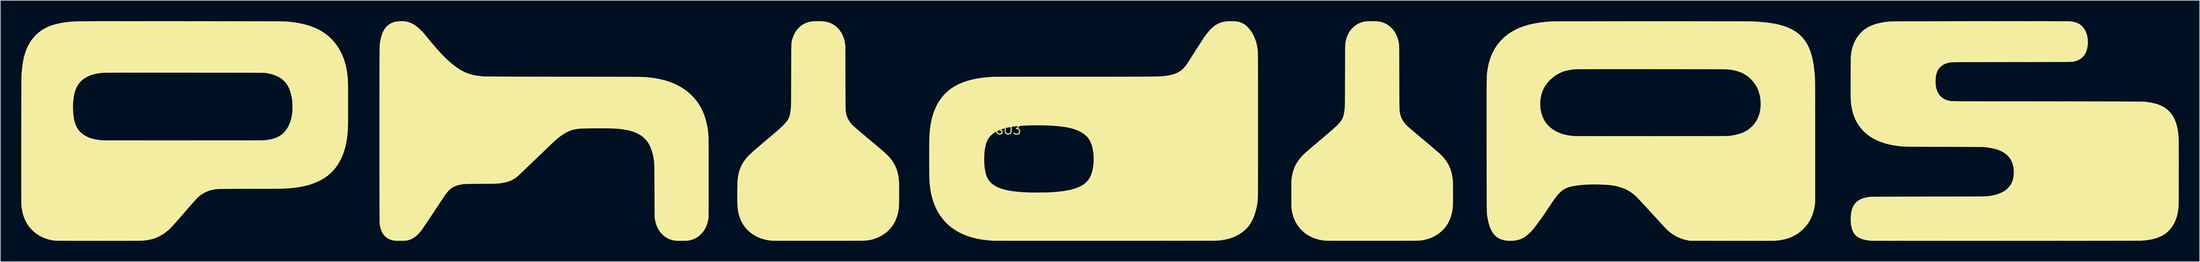
<source format=kicad_pcb>
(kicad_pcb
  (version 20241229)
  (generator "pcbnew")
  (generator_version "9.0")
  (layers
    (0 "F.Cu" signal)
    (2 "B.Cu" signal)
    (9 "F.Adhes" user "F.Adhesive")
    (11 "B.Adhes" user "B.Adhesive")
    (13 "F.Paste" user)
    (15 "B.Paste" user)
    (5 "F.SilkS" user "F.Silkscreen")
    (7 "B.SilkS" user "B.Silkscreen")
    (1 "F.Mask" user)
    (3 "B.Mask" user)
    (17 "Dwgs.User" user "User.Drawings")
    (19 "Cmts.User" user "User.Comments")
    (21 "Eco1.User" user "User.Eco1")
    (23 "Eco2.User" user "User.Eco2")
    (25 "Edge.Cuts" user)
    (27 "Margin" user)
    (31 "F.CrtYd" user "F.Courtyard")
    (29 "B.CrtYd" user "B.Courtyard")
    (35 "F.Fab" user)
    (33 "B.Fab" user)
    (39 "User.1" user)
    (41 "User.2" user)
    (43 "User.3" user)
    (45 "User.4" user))
  (footprint "LOGO3"
    (layer "F.Cu")
    (at 140.613 15.689)
    (property "Reference" "LOGO3" (at 0 0 0) (layer "F.SilkS") (effects (font (size 1.27 1.27) (thickness 0.15))))
    (attr through_hole)
    (fp_poly (pts (xy -25.733 -15.679) (xy -25.5 -15.67) (xy -25.291 -15.654) (xy -25.1 -15.63) (xy -24.923 -15.598) (xy -24.752 -15.557) (xy -24.583 -15.507) (xy -24.504 -15.48) (xy -24.176 -15.344) (xy -23.866 -15.169) (xy -23.576 -14.958) (xy -23.305 -14.711) (xy -23.057 -14.428) (xy -22.878 -14.184) (xy -22.705 -13.902) (xy -22.56 -13.612) (xy -22.439 -13.307) (xy -22.342 -12.98) (xy -22.265 -12.623) (xy -22.242 -12.493) (xy -22.195 -12.203) (xy -22.182 -7.546) (xy -22.18 -6.955) (xy -22.178 -6.406) (xy -22.177 -5.898) (xy -22.175 -5.431) (xy -22.173 -5.003) (xy -22.17 -4.614) (xy -22.168 -4.264) (xy -22.166 -3.952) (xy -22.164 -3.677) (xy -22.161 -3.438) (xy -22.159 -3.236) (xy -22.156 -3.068) (xy -22.154 -2.936) (xy -22.151 -2.837) (xy -22.148 -2.772) (xy -22.145 -2.741) (xy -22.095 -2.459) (xy -22.037 -2.209) (xy -21.968 -1.983) (xy -21.884 -1.769) (xy -21.782 -1.56) (xy -21.657 -1.344) (xy -21.541 -1.164) (xy -21.504 -1.109) (xy -21.466 -1.056) (xy -21.426 -1.002) (xy -21.383 -0.948) (xy -21.335 -0.892) (xy -21.28 -0.831) (xy -21.217 -0.766) (xy -21.145 -0.694) (xy -21.062 -0.614) (xy -20.965 -0.524) (xy -20.855 -0.424) (xy -20.729 -0.312) (xy -20.585 -0.187) (xy -20.423 -0.046) (xy -20.24 0.11) (xy -20.036 0.284) (xy -19.808 0.478) (xy -19.555 0.691) (xy -19.276 0.926) (xy -18.968 1.185) (xy -18.631 1.468) (xy -18.299 1.746) (xy -17.977 2.016) (xy -17.687 2.261) (xy -17.425 2.482) (xy -17.19 2.683) (xy -16.979 2.863) (xy -16.791 3.027) (xy -16.624 3.174) (xy -16.476 3.308) (xy -16.343 3.43) (xy -16.226 3.541) (xy -16.121 3.644) (xy -16.026 3.74) (xy -15.94 3.832) (xy -15.86 3.921) (xy -15.785 4.009) (xy -15.712 4.098) (xy -15.697 4.117) (xy -15.44 4.462) (xy -15.217 4.813) (xy -15.025 5.174) (xy -14.863 5.549) (xy -14.731 5.942) (xy -14.626 6.358) (xy -14.548 6.799) (xy -14.494 7.27) (xy -14.477 7.515) (xy -14.471 7.633) (xy -14.467 7.783) (xy -14.463 7.963) (xy -14.461 8.167) (xy -14.459 8.392) (xy -14.458 8.633) (xy -14.458 8.886) (xy -14.459 9.147) (xy -14.461 9.411) (xy -14.463 9.674) (xy -14.466 9.932) (xy -14.469 10.181) (xy -14.474 10.415) (xy -14.478 10.632) (xy -14.484 10.827) (xy -14.49 10.995) (xy -14.496 11.132) (xy -14.503 11.234) (xy -14.507 11.281) (xy -14.59 11.781) (xy -14.704 12.252) (xy -14.849 12.695) (xy -15.025 13.112) (xy -15.233 13.502) (xy -15.474 13.868) (xy -15.747 14.209) (xy -15.949 14.425) (xy -16.273 14.72) (xy -16.626 14.988) (xy -17.007 15.226) (xy -17.411 15.433) (xy -17.835 15.607) (xy -18.276 15.746) (xy -18.637 15.831) (xy -18.691 15.842) (xy -18.739 15.852) (xy -18.784 15.862) (xy -18.827 15.871) (xy -18.87 15.879) (xy -18.913 15.886) (xy -18.959 15.894) (xy -19.009 15.9) (xy -19.063 15.906) (xy -19.125 15.912) (xy -19.195 15.916) (xy -19.275 15.921) (xy -19.365 15.925) (xy -19.469 15.929) (xy -19.586 15.932) (xy -19.719 15.935) (xy -19.87 15.937) (xy -20.038 15.94) (xy -20.227 15.942) (xy -20.436 15.943) (xy -20.669 15.945) (xy -20.926 15.946) (xy -21.209 15.947) (xy -21.519 15.948) (xy -21.858 15.948) (xy -22.227 15.949) (xy -22.628 15.949) (xy -23.062 15.95) (xy -23.531 15.95) (xy -24.035 15.95) (xy -24.577 15.951) (xy -25.158 15.951) (xy -25.779 15.951) (xy -25.971 15.951) (xy -26.625 15.952) (xy -27.238 15.952) (xy -27.811 15.952) (xy -28.345 15.952) (xy -28.842 15.952) (xy -29.303 15.952) (xy -29.73 15.952) (xy -30.123 15.951) (xy -30.483 15.951) (xy -30.813 15.95) (xy -31.113 15.95) (xy -31.385 15.949) (xy -31.629 15.948) (xy -31.848 15.947) (xy -32.042 15.945) (xy -32.213 15.944) (xy -32.362 15.942) (xy -32.49 15.941) (xy -32.598 15.939) (xy -32.688 15.937) (xy -32.761 15.934) (xy -32.819 15.932) (xy -32.862 15.929) (xy -32.882 15.928) (xy -33.354 15.864) (xy -33.8 15.771) (xy -34.227 15.645) (xy -34.638 15.487) (xy -34.872 15.379) (xy -35.28 15.157) (xy -35.659 14.904) (xy -36.01 14.622) (xy -36.33 14.31) (xy -36.619 13.972) (xy -36.875 13.607) (xy -37.098 13.218) (xy -37.286 12.806) (xy -37.438 12.371) (xy -37.453 12.319) (xy -37.521 12.069) (xy -37.576 11.823) (xy -37.62 11.572) (xy -37.654 11.307) (xy -37.68 11.018) (xy -37.7 10.697) (xy -37.7 10.689) (xy -37.704 10.568) (xy -37.708 10.414) (xy -37.711 10.233) (xy -37.713 10.027) (xy -37.714 9.802) (xy -37.715 9.563) (xy -37.715 9.313) (xy -37.714 9.058) (xy -37.712 8.802) (xy -37.71 8.549) (xy -37.708 8.304) (xy -37.705 8.071) (xy -37.701 7.855) (xy -37.697 7.661) (xy -37.692 7.493) (xy -37.687 7.355) (xy -37.682 7.252) (xy -37.678 7.207) (xy -37.616 6.731) (xy -37.53 6.287) (xy -37.417 5.869) (xy -37.277 5.474) (xy -37.107 5.096) (xy -36.905 4.732) (xy -36.671 4.377) (xy -36.457 4.096) (xy -36.393 4.017) (xy -36.328 3.94) (xy -36.259 3.862) (xy -36.185 3.782) (xy -36.105 3.698) (xy -36.015 3.608) (xy -35.914 3.511) (xy -35.801 3.404) (xy -35.674 3.287) (xy -35.53 3.158) (xy -35.368 3.014) (xy -35.186 2.854) (xy -34.982 2.677) (xy -34.754 2.481) (xy -34.501 2.264) (xy -34.22 2.024) (xy -33.91 1.76) (xy -33.666 1.552) (xy -33.346 1.281) (xy -33.058 1.036) (xy -32.798 0.814) (xy -32.564 0.615) (xy -32.356 0.438) (xy -32.171 0.279) (xy -32.007 0.138) (xy -31.863 0.014) (xy -31.736 -0.097) (xy -31.625 -0.194) (xy -31.529 -0.28) (xy -31.444 -0.356) (xy -31.37 -0.424) (xy -31.304 -0.485) (xy -31.245 -0.542) (xy -31.192 -0.595) (xy -31.141 -0.647) (xy -31.091 -0.698) (xy -31.041 -0.752) (xy -31.02 -0.774) (xy -30.835 -0.977) (xy -30.681 -1.16) (xy -30.552 -1.329) (xy -30.446 -1.491) (xy -30.357 -1.651) (xy -30.283 -1.816) (xy -30.22 -1.991) (xy -30.203 -2.044) (xy -30.176 -2.136) (xy -30.152 -2.235) (xy -30.129 -2.346) (xy -30.107 -2.474) (xy -30.085 -2.624) (xy -30.062 -2.801) (xy -30.037 -3.01) (xy -30.011 -3.239) (xy -30.008 -3.284) (xy -30.005 -3.361) (xy -30.002 -3.47) (xy -29.999 -3.611) (xy -29.997 -3.787) (xy -29.994 -3.997) (xy -29.991 -4.242) (xy -29.989 -4.523) (xy -29.987 -4.841) (xy -29.984 -5.196) (xy -29.982 -5.589) (xy -29.98 -6.021) (xy -29.978 -6.493) (xy -29.976 -7.005) (xy -29.974 -7.558) (xy -29.972 -7.927) (xy -29.971 -8.439) (xy -29.969 -8.91) (xy -29.968 -9.342) (xy -29.966 -9.737) (xy -29.965 -10.098) (xy -29.964 -10.424) (xy -29.962 -10.719) (xy -29.961 -10.984) (xy -29.96 -11.221) (xy -29.958 -11.432) (xy -29.957 -11.617) (xy -29.955 -11.78) (xy -29.953 -11.922) (xy -29.951 -12.045) (xy -29.949 -12.15) (xy -29.947 -12.24) (xy -29.944 -12.315) (xy -29.941 -12.379) (xy -29.938 -12.431) (xy -29.935 -12.476) (xy -29.931 -12.513) (xy -29.927 -12.545) (xy -29.923 -12.574) (xy -29.918 -12.602) (xy -29.913 -12.629) (xy -29.912 -12.632) (xy -29.854 -12.912) (xy -29.79 -13.16) (xy -29.717 -13.387) (xy -29.633 -13.603) (xy -29.546 -13.793) (xy -29.362 -14.126) (xy -29.15 -14.432) (xy -28.91 -14.707) (xy -28.645 -14.952) (xy -28.356 -15.163) (xy -28.047 -15.339) (xy -27.718 -15.479) (xy -27.614 -15.514) (xy -27.474 -15.556) (xy -27.339 -15.59) (xy -27.204 -15.618) (xy -27.061 -15.639) (xy -26.903 -15.655) (xy -26.723 -15.666) (xy -26.514 -15.674) (xy -26.297 -15.679) (xy -25.997 -15.682) (xy -25.733 -15.679)) (stroke (width 0.01) (type solid)) (fill yes) (layer "F.SilkS"))
    (fp_poly (pts (xy 53.884 -15.681) (xy 54.059 -15.674) (xy 54.189 -15.665) (xy 54.576 -15.613) (xy 54.939 -15.527) (xy 55.279 -15.405) (xy 55.597 -15.247) (xy 55.894 -15.053) (xy 56.171 -14.822) (xy 56.431 -14.553) (xy 56.603 -14.34) (xy 56.808 -14.038) (xy 56.983 -13.713) (xy 57.128 -13.365) (xy 57.244 -12.989) (xy 57.332 -12.584) (xy 57.346 -12.499) (xy 57.351 -12.468) (xy 57.356 -12.437) (xy 57.36 -12.404) (xy 57.364 -12.369) (xy 57.368 -12.328) (xy 57.371 -12.281) (xy 57.374 -12.225) (xy 57.377 -12.159) (xy 57.38 -12.081) (xy 57.382 -11.99) (xy 57.384 -11.883) (xy 57.386 -11.759) (xy 57.388 -11.617) (xy 57.389 -11.453) (xy 57.391 -11.267) (xy 57.392 -11.057) (xy 57.394 -10.822) (xy 57.395 -10.558) (xy 57.396 -10.265) (xy 57.398 -9.941) (xy 57.399 -9.584) (xy 57.4 -9.193) (xy 57.401 -8.765) (xy 57.403 -8.299) (xy 57.404 -7.793) (xy 57.405 -7.578) (xy 57.406 -7.05) (xy 57.408 -6.562) (xy 57.409 -6.113) (xy 57.411 -5.702) (xy 57.412 -5.325) (xy 57.414 -4.983) (xy 57.415 -4.671) (xy 57.417 -4.39) (xy 57.418 -4.137) (xy 57.42 -3.911) (xy 57.423 -3.709) (xy 57.425 -3.53) (xy 57.428 -3.372) (xy 57.43 -3.233) (xy 57.434 -3.112) (xy 57.437 -3.007) (xy 57.441 -2.916) (xy 57.446 -2.838) (xy 57.451 -2.769) (xy 57.456 -2.71) (xy 57.462 -2.657) (xy 57.469 -2.61) (xy 57.476 -2.566) (xy 57.484 -2.524) (xy 57.492 -2.482) (xy 57.499 -2.448) (xy 57.559 -2.193) (xy 57.628 -1.965) (xy 57.71 -1.752) (xy 57.812 -1.545) (xy 57.938 -1.332) (xy 58.082 -1.116) (xy 58.12 -1.062) (xy 58.158 -1.01) (xy 58.198 -0.958) (xy 58.242 -0.905) (xy 58.29 -0.85) (xy 58.346 -0.79) (xy 58.409 -0.725) (xy 58.483 -0.654) (xy 58.568 -0.573) (xy 58.666 -0.484) (xy 58.779 -0.382) (xy 58.909 -0.268) (xy 59.056 -0.14) (xy 59.224 0.004) (xy 59.413 0.165) (xy 59.624 0.345) (xy 59.861 0.545) (xy 60.123 0.766) (xy 60.414 1.01) (xy 60.734 1.279) (xy 61.018 1.518) (xy 61.274 1.733) (xy 61.525 1.945) (xy 61.769 2.151) (xy 62.003 2.349) (xy 62.225 2.538) (xy 62.432 2.715) (xy 62.623 2.878) (xy 62.794 3.025) (xy 62.943 3.154) (xy 63.069 3.264) (xy 63.168 3.352) (xy 63.238 3.415) (xy 63.264 3.44) (xy 63.612 3.796) (xy 63.919 4.155) (xy 64.187 4.521) (xy 64.418 4.896) (xy 64.614 5.284) (xy 64.776 5.689) (xy 64.905 6.113) (xy 65.004 6.562) (xy 65.074 7.038) (xy 65.108 7.408) (xy 65.112 7.493) (xy 65.116 7.615) (xy 65.119 7.77) (xy 65.122 7.953) (xy 65.124 8.16) (xy 65.126 8.386) (xy 65.128 8.626) (xy 65.129 8.876) (xy 65.129 9.131) (xy 65.129 9.388) (xy 65.128 9.64) (xy 65.127 9.884) (xy 65.126 10.115) (xy 65.124 10.328) (xy 65.121 10.519) (xy 65.118 10.684) (xy 65.114 10.817) (xy 65.11 10.915) (xy 65.109 10.943) (xy 65.055 11.446) (xy 64.971 11.921) (xy 64.855 12.369) (xy 64.707 12.793) (xy 64.526 13.194) (xy 64.313 13.575) (xy 64.065 13.936) (xy 64.04 13.969) (xy 63.763 14.297) (xy 63.453 14.6) (xy 63.114 14.878) (xy 62.749 15.127) (xy 62.36 15.346) (xy 61.953 15.533) (xy 61.529 15.686) (xy 61.092 15.802) (xy 60.953 15.831) (xy 60.897 15.842) (xy 60.847 15.852) (xy 60.8 15.862) (xy 60.756 15.871) (xy 60.712 15.879) (xy 60.668 15.887) (xy 60.621 15.894) (xy 60.571 15.9) (xy 60.516 15.906) (xy 60.454 15.912) (xy 60.384 15.917) (xy 60.304 15.921) (xy 60.214 15.925) (xy 60.111 15.929) (xy 59.994 15.932) (xy 59.862 15.935) (xy 59.712 15.938) (xy 59.545 15.94) (xy 59.358 15.942) (xy 59.149 15.943) (xy 58.918 15.945) (xy 58.662 15.946) (xy 58.381 15.947) (xy 58.072 15.948) (xy 57.735 15.948) (xy 57.368 15.949) (xy 56.97 15.949) (xy 56.538 15.95) (xy 56.072 15.95) (xy 55.57 15.95) (xy 55.03 15.951) (xy 54.451 15.951) (xy 53.833 15.951) (xy 53.615 15.951) (xy 52.961 15.952) (xy 52.349 15.952) (xy 51.776 15.952) (xy 51.241 15.952) (xy 50.744 15.952) (xy 50.283 15.952) (xy 49.857 15.952) (xy 49.464 15.951) (xy 49.103 15.951) (xy 48.773 15.95) (xy 48.473 15.95) (xy 48.201 15.949) (xy 47.957 15.948) (xy 47.738 15.947) (xy 47.544 15.945) (xy 47.373 15.944) (xy 47.224 15.942) (xy 47.096 15.941) (xy 46.988 15.939) (xy 46.898 15.937) (xy 46.825 15.934) (xy 46.767 15.932) (xy 46.724 15.929) (xy 46.704 15.928) (xy 46.212 15.86) (xy 45.739 15.756) (xy 45.286 15.618) (xy 44.856 15.446) (xy 44.449 15.242) (xy 44.066 15.004) (xy 43.71 14.735) (xy 43.38 14.436) (xy 43.079 14.106) (xy 42.808 13.747) (xy 42.751 13.663) (xy 42.535 13.296) (xy 42.346 12.902) (xy 42.189 12.487) (xy 42.066 12.058) (xy 42.018 11.843) (xy 41.998 11.745) (xy 41.981 11.656) (xy 41.966 11.574) (xy 41.953 11.495) (xy 41.942 11.416) (xy 41.932 11.334) (xy 41.924 11.245) (xy 41.917 11.147) (xy 41.912 11.037) (xy 41.908 10.91) (xy 41.905 10.765) (xy 41.903 10.597) (xy 41.901 10.404) (xy 41.9 10.182) (xy 41.9 9.929) (xy 41.899 9.641) (xy 41.899 9.315) (xy 41.899 9.186) (xy 41.899 8.852) (xy 41.9 8.556) (xy 41.9 8.297) (xy 41.901 8.072) (xy 41.902 7.877) (xy 41.903 7.709) (xy 41.905 7.567) (xy 41.907 7.446) (xy 41.91 7.343) (xy 41.913 7.256) (xy 41.917 7.183) (xy 41.921 7.119) (xy 41.926 7.061) (xy 41.932 7.008) (xy 41.938 6.964) (xy 42.014 6.5) (xy 42.114 6.068) (xy 42.24 5.662) (xy 42.393 5.278) (xy 42.577 4.911) (xy 42.794 4.555) (xy 43.046 4.206) (xy 43.335 3.859) (xy 43.417 3.768) (xy 43.466 3.715) (xy 43.513 3.664) (xy 43.559 3.615) (xy 43.607 3.566) (xy 43.658 3.515) (xy 43.715 3.461) (xy 43.778 3.401) (xy 43.851 3.334) (xy 43.934 3.26) (xy 44.03 3.175) (xy 44.14 3.078) (xy 44.267 2.968) (xy 44.411 2.843) (xy 44.576 2.702) (xy 44.763 2.542) (xy 44.973 2.363) (xy 45.208 2.162) (xy 45.471 1.938) (xy 45.764 1.69) (xy 45.979 1.507) (xy 46.298 1.236) (xy 46.586 0.99) (xy 46.846 0.769) (xy 47.079 0.57) (xy 47.287 0.392) (xy 47.472 0.233) (xy 47.636 0.091) (xy 47.781 -0.035) (xy 47.908 -0.146) (xy 48.02 -0.245) (xy 48.118 -0.334) (xy 48.205 -0.413) (xy 48.281 -0.484) (xy 48.349 -0.549) (xy 48.411 -0.611) (xy 48.469 -0.669) (xy 48.524 -0.727) (xy 48.579 -0.785) (xy 48.599 -0.807) (xy 48.721 -0.939) (xy 48.818 -1.048) (xy 48.897 -1.141) (xy 48.963 -1.225) (xy 49.022 -1.305) (xy 49.079 -1.391) (xy 49.115 -1.448) (xy 49.192 -1.578) (xy 49.26 -1.708) (xy 49.318 -1.844) (xy 49.369 -1.989) (xy 49.414 -2.15) (xy 49.454 -2.33) (xy 49.49 -2.535) (xy 49.524 -2.771) (xy 49.557 -3.04) (xy 49.575 -3.207) (xy 49.578 -3.252) (xy 49.581 -3.325) (xy 49.584 -3.427) (xy 49.587 -3.56) (xy 49.59 -3.724) (xy 49.592 -3.92) (xy 49.595 -4.149) (xy 49.597 -4.412) (xy 49.6 -4.71) (xy 49.602 -5.044) (xy 49.604 -5.414) (xy 49.606 -5.822) (xy 49.608 -6.269) (xy 49.61 -6.755) (xy 49.612 -7.281) (xy 49.613 -7.849) (xy 49.614 -7.895) (xy 49.615 -8.406) (xy 49.617 -8.877) (xy 49.618 -9.308) (xy 49.619 -9.703) (xy 49.62 -10.063) (xy 49.622 -10.389) (xy 49.623 -10.683) (xy 49.624 -10.948) (xy 49.626 -11.184) (xy 49.627 -11.394) (xy 49.629 -11.58) (xy 49.63 -11.743) (xy 49.632 -11.885) (xy 49.634 -12.008) (xy 49.636 -12.113) (xy 49.638 -12.203) (xy 49.641 -12.279) (xy 49.644 -12.342) (xy 49.647 -12.396) (xy 49.65 -12.441) (xy 49.654 -12.479) (xy 49.658 -12.513) (xy 49.662 -12.543) (xy 49.667 -12.572) (xy 49.672 -12.601) (xy 49.673 -12.605) (xy 49.754 -12.984) (xy 49.855 -13.331) (xy 49.978 -13.652) (xy 50.125 -13.955) (xy 50.301 -14.245) (xy 50.351 -14.319) (xy 50.445 -14.442) (xy 50.564 -14.578) (xy 50.7 -14.72) (xy 50.844 -14.858) (xy 50.987 -14.984) (xy 51.119 -15.089) (xy 51.181 -15.132) (xy 51.501 -15.318) (xy 51.837 -15.465) (xy 52.191 -15.574) (xy 52.421 -15.623) (xy 52.538 -15.639) (xy 52.689 -15.653) (xy 52.867 -15.665) (xy 53.063 -15.674) (xy 53.271 -15.68) (xy 53.483 -15.684) (xy 53.689 -15.684) (xy 53.884 -15.681)) (stroke (width 0.01) (type solid)) (fill yes) (layer "F.SilkS"))
    (fp_poly (pts (xy 33.373 -15.68) (xy 33.56 -15.675) (xy 33.737 -15.668) (xy 33.897 -15.658) (xy 34.031 -15.646) (xy 34.124 -15.633) (xy 34.437 -15.56) (xy 34.73 -15.455) (xy 35.007 -15.317) (xy 35.269 -15.145) (xy 35.518 -14.938) (xy 35.755 -14.693) (xy 35.983 -14.41) (xy 36.204 -14.087) (xy 36.292 -13.944) (xy 36.502 -13.556) (xy 36.679 -13.151) (xy 36.825 -12.726) (xy 36.939 -12.279) (xy 37.024 -11.806) (xy 37.078 -11.305) (xy 37.083 -11.239) (xy 37.085 -11.195) (xy 37.086 -11.109) (xy 37.088 -10.984) (xy 37.089 -10.822) (xy 37.091 -10.623) (xy 37.092 -10.391) (xy 37.093 -10.125) (xy 37.095 -9.829) (xy 37.096 -9.503) (xy 37.097 -9.149) (xy 37.098 -8.768) (xy 37.099 -8.363) (xy 37.1 -7.935) (xy 37.101 -7.486) (xy 37.101 -7.016) (xy 37.102 -6.528) (xy 37.103 -6.023) (xy 37.103 -5.504) (xy 37.104 -4.97) (xy 37.104 -4.425) (xy 37.105 -3.87) (xy 37.105 -3.305) (xy 37.105 -2.734) (xy 37.105 -2.157) (xy 37.106 -1.576) (xy 37.106 -0.993) (xy 37.106 -0.409) (xy 37.106 0.174) (xy 37.105 0.755) (xy 37.105 1.331) (xy 37.105 1.902) (xy 37.105 2.465) (xy 37.104 3.02) (xy 37.104 3.564) (xy 37.103 4.096) (xy 37.103 4.615) (xy 37.102 5.118) (xy 37.101 5.604) (xy 37.101 6.072) (xy 37.1 6.519) (xy 37.099 6.945) (xy 37.098 7.348) (xy 37.097 7.726) (xy 37.096 8.077) (xy 37.095 8.4) (xy 37.093 8.694) (xy 37.092 8.956) (xy 37.091 9.186) (xy 37.089 9.38) (xy 37.088 9.539) (xy 37.086 9.66) (xy 37.085 9.742) (xy 37.083 9.779) (xy 37.046 10.241) (xy 36.99 10.676) (xy 36.914 11.097) (xy 36.816 11.517) (xy 36.693 11.948) (xy 36.651 12.081) (xy 36.482 12.548) (xy 36.287 12.982) (xy 36.065 13.384) (xy 35.816 13.754) (xy 35.539 14.094) (xy 35.233 14.405) (xy 34.897 14.687) (xy 34.53 14.942) (xy 34.132 15.17) (xy 34.057 15.208) (xy 33.724 15.365) (xy 33.389 15.5) (xy 33.045 15.616) (xy 32.685 15.714) (xy 32.302 15.797) (xy 31.891 15.867) (xy 31.559 15.911) (xy 31.539 15.914) (xy 31.516 15.916) (xy 31.489 15.918) (xy 31.457 15.92) (xy 31.421 15.922) (xy 31.377 15.924) (xy 31.327 15.925) (xy 31.268 15.927) (xy 31.2 15.929) (xy 31.122 15.93) (xy 31.034 15.932) (xy 30.933 15.933) (xy 30.82 15.934) (xy 30.693 15.935) (xy 30.552 15.937) (xy 30.395 15.938) (xy 30.222 15.939) (xy 30.032 15.94) (xy 29.824 15.94) (xy 29.597 15.941) (xy 29.349 15.942) (xy 29.081 15.943) (xy 28.792 15.944) (xy 28.479 15.944) (xy 28.144 15.945) (xy 27.783 15.945) (xy 27.398 15.946) (xy 26.986 15.946) (xy 26.547 15.947) (xy 26.08 15.947) (xy 25.584 15.947) (xy 25.059 15.948) (xy 24.502 15.948) (xy 23.914 15.948) (xy 23.294 15.949) (xy 22.64 15.949) (xy 21.952 15.949) (xy 21.228 15.949) (xy 20.468 15.949) (xy 19.671 15.95) (xy 18.837 15.95) (xy 17.963 15.95) (xy 17.05 15.95) (xy 16.096 15.95) (xy 15.24 15.95) (xy 14.417 15.95) (xy 13.605 15.95) (xy 12.803 15.95) (xy 12.014 15.95) (xy 11.239 15.95) (xy 10.477 15.95) (xy 9.731 15.95) (xy 9.001 15.95) (xy 8.289 15.95) (xy 7.595 15.95) (xy 6.921 15.95) (xy 6.267 15.95) (xy 5.635 15.95) (xy 5.025 15.95) (xy 4.439 15.95) (xy 3.878 15.95) (xy 3.343 15.95) (xy 2.834 15.949) (xy 2.353 15.949) (xy 1.902 15.949) (xy 1.48 15.949) (xy 1.089 15.949) (xy 0.73 15.948) (xy 0.404 15.948) (xy 0.112 15.948) (xy -0.145 15.948) (xy -0.365 15.947) (xy -0.549 15.947) (xy -0.694 15.947) (xy -0.8 15.946) (xy -0.865 15.946) (xy -0.889 15.946) (xy -1.424 15.911) (xy -1.925 15.864) (xy -2.401 15.804) (xy -2.859 15.729) (xy -3.306 15.64) (xy -3.712 15.544) (xy -4.319 15.371) (xy -4.898 15.168) (xy -5.447 14.934) (xy -5.967 14.67) (xy -6.458 14.376) (xy -6.919 14.052) (xy -7.35 13.698) (xy -7.751 13.315) (xy -8.122 12.903) (xy -8.462 12.461) (xy -8.771 11.991) (xy -9.05 11.491) (xy -9.298 10.963) (xy -9.372 10.784) (xy -9.563 10.263) (xy -9.726 9.722) (xy -9.861 9.16) (xy -9.968 8.572) (xy -10.049 7.954) (xy -10.065 7.8) (xy -10.076 7.673) (xy -10.086 7.537) (xy -10.095 7.388) (xy -10.103 7.225) (xy -10.11 7.044) (xy -10.116 6.844) (xy -10.122 6.622) (xy -10.126 6.375) (xy -10.13 6.102) (xy -10.133 5.799) (xy -10.135 5.465) (xy -10.136 5.096) (xy -10.137 4.692) (xy -10.138 4.419) (xy -2.244 4.419) (xy -2.226 4.858) (xy -2.189 5.286) (xy -2.157 5.535) (xy -2.099 5.889) (xy -2.031 6.205) (xy -1.95 6.489) (xy -1.855 6.745) (xy -1.743 6.977) (xy -1.614 7.19) (xy -1.465 7.389) (xy -1.294 7.577) (xy -1.291 7.579) (xy -1.091 7.764) (xy -0.874 7.93) (xy -0.636 8.079) (xy -0.371 8.215) (xy -0.074 8.342) (xy 0.201 8.441) (xy 0.499 8.534) (xy 0.816 8.618) (xy 1.154 8.693) (xy 1.516 8.76) (xy 1.905 8.819) (xy 2.322 8.87) (xy 2.772 8.913) (xy 3.255 8.949) (xy 3.775 8.979) (xy 4.333 9.002) (xy 4.392 9.004) (xy 4.491 9.006) (xy 4.627 9.008) (xy 4.793 9.008) (xy 4.985 9.008) (xy 5.197 9.008) (xy 5.424 9.006) (xy 5.659 9.004) (xy 5.898 9.002) (xy 6.134 8.999) (xy 6.363 8.996) (xy 6.578 8.992) (xy 6.775 8.989) (xy 6.947 8.985) (xy 7.089 8.981) (xy 7.196 8.976) (xy 7.218 8.975) (xy 7.823 8.936) (xy 8.388 8.886) (xy 8.916 8.826) (xy 9.406 8.755) (xy 9.86 8.673) (xy 10.28 8.579) (xy 10.668 8.473) (xy 11.024 8.354) (xy 11.35 8.223) (xy 11.648 8.078) (xy 11.918 7.92) (xy 12.163 7.748) (xy 12.383 7.562) (xy 12.409 7.537) (xy 12.61 7.326) (xy 12.786 7.099) (xy 12.94 6.85) (xy 13.074 6.575) (xy 13.19 6.269) (xy 13.291 5.929) (xy 13.315 5.831) (xy 13.395 5.443) (xy 13.452 5.029) (xy 13.486 4.599) (xy 13.496 4.161) (xy 13.484 3.724) (xy 13.448 3.296) (xy 13.389 2.887) (xy 13.308 2.504) (xy 13.304 2.49) (xy 13.203 2.141) (xy 13.089 1.828) (xy 12.957 1.548) (xy 12.807 1.294) (xy 12.633 1.064) (xy 12.434 0.851) (xy 12.205 0.652) (xy 11.945 0.463) (xy 11.927 0.451) (xy 11.651 0.282) (xy 11.354 0.128) (xy 11.033 -0.01) (xy 10.686 -0.133) (xy 10.311 -0.243) (xy 9.905 -0.339) (xy 9.467 -0.423) (xy 8.993 -0.495) (xy 8.481 -0.555) (xy 8.213 -0.581) (xy 7.746 -0.617) (xy 7.248 -0.647) (xy 6.725 -0.668) (xy 6.185 -0.682) (xy 5.636 -0.689) (xy 5.084 -0.688) (xy 4.538 -0.68) (xy 4.006 -0.664) (xy 3.493 -0.641) (xy 3.009 -0.611) (xy 2.646 -0.58) (xy 2.1 -0.521) (xy 1.593 -0.448) (xy 1.123 -0.36) (xy 0.69 -0.256) (xy 0.292 -0.138) (xy -0.072 -0.003) (xy -0.403 0.149) (xy -0.703 0.318) (xy -0.972 0.504) (xy -1.213 0.708) (xy -1.425 0.931) (xy -1.549 1.087) (xy -1.64 1.223) (xy -1.734 1.387) (xy -1.823 1.564) (xy -1.901 1.741) (xy -1.962 1.904) (xy -1.978 1.956) (xy -2.065 2.31) (xy -2.136 2.697) (xy -2.19 3.108) (xy -2.226 3.537) (xy -2.244 3.977) (xy -2.244 4.419) (xy -10.138 4.419) (xy -10.138 4.248) (xy -10.138 4.043) (xy -10.138 3.586) (xy -10.137 3.169) (xy -10.136 2.79) (xy -10.134 2.444) (xy -10.132 2.13) (xy -10.129 1.845) (xy -10.125 1.587) (xy -10.121 1.352) (xy -10.115 1.138) (xy -10.109 0.943) (xy -10.101 0.763) (xy -10.092 0.597) (xy -10.082 0.44) (xy -10.071 0.292) (xy -10.058 0.148) (xy -10.044 0.007) (xy -10.029 -0.134) (xy -10.021 -0.201) (xy -9.927 -0.85) (xy -9.804 -1.47) (xy -9.65 -2.06) (xy -9.467 -2.619) (xy -9.255 -3.149) (xy -9.013 -3.648) (xy -8.741 -4.118) (xy -8.44 -4.557) (xy -8.11 -4.966) (xy -7.75 -5.345) (xy -7.36 -5.693) (xy -6.941 -6.011) (xy -6.493 -6.298) (xy -6.016 -6.555) (xy -5.723 -6.691) (xy -5.225 -6.894) (xy -4.706 -7.072) (xy -4.163 -7.226) (xy -3.595 -7.358) (xy -2.998 -7.467) (xy -2.371 -7.554) (xy -1.712 -7.618) (xy -1.018 -7.662) (xy -1.016 -7.662) (xy -0.958 -7.664) (xy -0.859 -7.665) (xy -0.718 -7.667) (xy -0.536 -7.668) (xy -0.314 -7.67) (xy -0.051 -7.671) (xy 0.251 -7.673) (xy 0.591 -7.674) (xy 0.971 -7.675) (xy 1.388 -7.676) (xy 1.843 -7.677) (xy 2.336 -7.678) (xy 2.865 -7.679) (xy 3.43 -7.68) (xy 4.031 -7.68) (xy 4.667 -7.681) (xy 5.338 -7.682) (xy 6.043 -7.682) (xy 6.782 -7.683) (xy 7.555 -7.683) (xy 8.36 -7.683) (xy 9.198 -7.683) (xy 10.068 -7.683) (xy 10.732 -7.684) (xy 11.58 -7.684) (xy 12.388 -7.684) (xy 13.156 -7.684) (xy 13.884 -7.684) (xy 14.575 -7.684) (xy 15.229 -7.684) (xy 15.847 -7.684) (xy 16.43 -7.685) (xy 16.981 -7.685) (xy 17.498 -7.685) (xy 17.985 -7.686) (xy 18.441 -7.687) (xy 18.868 -7.687) (xy 19.268 -7.688) (xy 19.64 -7.689) (xy 19.987 -7.69) (xy 20.309 -7.691) (xy 20.608 -7.692) (xy 20.884 -7.694) (xy 21.139 -7.695) (xy 21.373 -7.697) (xy 21.589 -7.699) (xy 21.787 -7.7) (xy 21.967 -7.703) (xy 22.132 -7.705) (xy 22.283 -7.707) (xy 22.42 -7.71) (xy 22.544 -7.713) (xy 22.657 -7.716) (xy 22.76 -7.719) (xy 22.853 -7.722) (xy 22.939 -7.726) (xy 23.018 -7.73) (xy 23.09 -7.734) (xy 23.159 -7.738) (xy 23.223 -7.743) (xy 23.285 -7.748) (xy 23.346 -7.753) (xy 23.407 -7.758) (xy 23.41 -7.759) (xy 23.88 -7.811) (xy 24.312 -7.882) (xy 24.708 -7.97) (xy 25.069 -8.076) (xy 25.395 -8.2) (xy 25.689 -8.344) (xy 25.952 -8.507) (xy 26.056 -8.583) (xy 26.215 -8.719) (xy 26.385 -8.887) (xy 26.559 -9.079) (xy 26.731 -9.288) (xy 26.894 -9.507) (xy 26.943 -9.578) (xy 26.975 -9.626) (xy 27.028 -9.707) (xy 27.1 -9.818) (xy 27.188 -9.955) (xy 27.29 -10.115) (xy 27.405 -10.295) (xy 27.531 -10.491) (xy 27.665 -10.702) (xy 27.806 -10.923) (xy 27.951 -11.151) (xy 28.099 -11.383) (xy 28.247 -11.617) (xy 28.394 -11.848) (xy 28.538 -12.074) (xy 28.675 -12.292) (xy 28.805 -12.498) (xy 28.926 -12.689) (xy 28.985 -12.783) (xy 29.272 -13.223) (xy 29.554 -13.624) (xy 29.832 -13.987) (xy 30.105 -14.31) (xy 30.372 -14.593) (xy 30.633 -14.836) (xy 30.888 -15.038) (xy 30.976 -15.1) (xy 31.284 -15.282) (xy 31.611 -15.429) (xy 31.958 -15.542) (xy 32.329 -15.622) (xy 32.698 -15.666) (xy 32.839 -15.675) (xy 33.004 -15.68) (xy 33.184 -15.681) (xy 33.373 -15.68)) (stroke (width 0.01) (type solid)) (fill yes) (layer "F.SilkS"))
    (fp_poly (pts (xy -85.779 -15.679) (xy -85.572 -15.67) (xy -85.39 -15.652) (xy -85.27 -15.632) (xy -84.956 -15.55) (xy -84.647 -15.434) (xy -84.34 -15.283) (xy -84.034 -15.095) (xy -83.727 -14.871) (xy -83.417 -14.608) (xy -83.102 -14.305) (xy -82.934 -14.129) (xy -82.868 -14.055) (xy -82.78 -13.955) (xy -82.678 -13.836) (xy -82.567 -13.704) (xy -82.453 -13.566) (xy -82.342 -13.43) (xy -81.973 -12.978) (xy -81.625 -12.559) (xy -81.297 -12.17) (xy -80.986 -11.81) (xy -80.691 -11.476) (xy -80.41 -11.167) (xy -80.14 -10.879) (xy -79.879 -10.611) (xy -79.627 -10.361) (xy -79.38 -10.126) (xy -79.29 -10.044) (xy -78.909 -9.704) (xy -78.543 -9.399) (xy -78.19 -9.127) (xy -77.846 -8.886) (xy -77.507 -8.673) (xy -77.169 -8.487) (xy -76.83 -8.324) (xy -76.484 -8.183) (xy -76.183 -8.078) (xy -76.019 -8.026) (xy -75.863 -7.981) (xy -75.711 -7.941) (xy -75.556 -7.906) (xy -75.395 -7.875) (xy -75.221 -7.846) (xy -75.029 -7.819) (xy -74.815 -7.794) (xy -74.573 -7.769) (xy -74.298 -7.743) (xy -74.062 -7.722) (xy -74.027 -7.72) (xy -73.968 -7.718) (xy -73.884 -7.716) (xy -73.775 -7.715) (xy -73.64 -7.713) (xy -73.477 -7.711) (xy -73.287 -7.71) (xy -73.069 -7.708) (xy -72.822 -7.707) (xy -72.546 -7.705) (xy -72.239 -7.704) (xy -71.901 -7.702) (xy -71.531 -7.701) (xy -71.128 -7.699) (xy -70.693 -7.698) (xy -70.224 -7.697) (xy -69.72 -7.696) (xy -69.181 -7.694) (xy -68.605 -7.693) (xy -67.994 -7.692) (xy -67.344 -7.691) (xy -66.657 -7.69) (xy -65.931 -7.689) (xy -65.166 -7.688) (xy -64.36 -7.686) (xy -63.513 -7.685) (xy -62.625 -7.684) (xy -62.558 -7.684) (xy -61.726 -7.683) (xy -60.935 -7.682) (xy -60.184 -7.681) (xy -59.472 -7.681) (xy -58.798 -7.68) (xy -58.16 -7.679) (xy -57.558 -7.678) (xy -56.991 -7.678) (xy -56.457 -7.677) (xy -55.955 -7.676) (xy -55.484 -7.675) (xy -55.044 -7.674) (xy -54.632 -7.673) (xy -54.248 -7.672) (xy -53.89 -7.671) (xy -53.558 -7.67) (xy -53.25 -7.668) (xy -52.965 -7.667) (xy -52.703 -7.665) (xy -52.461 -7.663) (xy -52.24 -7.661) (xy -52.037 -7.659) (xy -51.851 -7.657) (xy -51.682 -7.654) (xy -51.529 -7.651) (xy -51.389 -7.648) (xy -51.263 -7.645) (xy -51.149 -7.641) (xy -51.046 -7.637) (xy -50.952 -7.633) (xy -50.867 -7.629) (xy -50.789 -7.624) (xy -50.718 -7.619) (xy -50.652 -7.614) (xy -50.59 -7.608) (xy -50.531 -7.602) (xy -50.474 -7.595) (xy -50.418 -7.589) (xy -50.361 -7.581) (xy -50.303 -7.574) (xy -50.242 -7.566) (xy -50.177 -7.557) (xy -50.108 -7.548) (xy -50.08 -7.545) (xy -49.387 -7.442) (xy -48.725 -7.31) (xy -48.093 -7.149) (xy -47.491 -6.959) (xy -46.919 -6.74) (xy -46.376 -6.491) (xy -45.861 -6.213) (xy -45.375 -5.905) (xy -44.917 -5.568) (xy -44.736 -5.42) (xy -44.319 -5.042) (xy -43.934 -4.639) (xy -43.582 -4.211) (xy -43.263 -3.757) (xy -42.977 -3.278) (xy -42.722 -2.772) (xy -42.5 -2.24) (xy -42.31 -1.68) (xy -42.151 -1.093) (xy -42.024 -0.478) (xy -41.932 0.127) (xy -41.923 0.204) (xy -41.914 0.275) (xy -41.906 0.344) (xy -41.898 0.411) (xy -41.891 0.478) (xy -41.884 0.547) (xy -41.878 0.619) (xy -41.873 0.696) (xy -41.868 0.78) (xy -41.863 0.872) (xy -41.859 0.974) (xy -41.855 1.088) (xy -41.852 1.215) (xy -41.849 1.356) (xy -41.847 1.514) (xy -41.845 1.691) (xy -41.843 1.887) (xy -41.841 2.104) (xy -41.84 2.345) (xy -41.839 2.61) (xy -41.838 2.902) (xy -41.837 3.222) (xy -41.837 3.571) (xy -41.836 3.952) (xy -41.836 4.365) (xy -41.836 4.813) (xy -41.836 5.298) (xy -41.836 5.82) (xy -41.836 6.381) (xy -41.836 6.816) (xy -41.836 7.4) (xy -41.836 7.944) (xy -41.836 8.449) (xy -41.836 8.916) (xy -41.836 9.347) (xy -41.837 9.743) (xy -41.837 10.106) (xy -41.837 10.437) (xy -41.838 10.739) (xy -41.838 11.012) (xy -41.839 11.258) (xy -41.84 11.479) (xy -41.841 11.676) (xy -41.842 11.85) (xy -41.843 12.004) (xy -41.845 12.139) (xy -41.846 12.256) (xy -41.848 12.357) (xy -41.85 12.443) (xy -41.852 12.516) (xy -41.855 12.578) (xy -41.857 12.63) (xy -41.86 12.673) (xy -41.863 12.71) (xy -41.867 12.741) (xy -41.87 12.769) (xy -41.874 12.794) (xy -41.875 12.795) (xy -41.96 13.21) (xy -42.073 13.595) (xy -42.216 13.953) (xy -42.389 14.285) (xy -42.594 14.595) (xy -42.833 14.885) (xy -42.945 15.004) (xy -43.218 15.25) (xy -43.515 15.462) (xy -43.834 15.638) (xy -44.174 15.778) (xy -44.534 15.882) (xy -44.614 15.899) (xy -44.679 15.912) (xy -44.743 15.922) (xy -44.811 15.93) (xy -44.888 15.937) (xy -44.981 15.942) (xy -45.094 15.946) (xy -45.233 15.949) (xy -45.404 15.952) (xy -45.593 15.955) (xy -45.876 15.957) (xy -46.122 15.955) (xy -46.336 15.949) (xy -46.525 15.939) (xy -46.694 15.923) (xy -46.847 15.9) (xy -46.991 15.872) (xy -47.132 15.835) (xy -47.273 15.791) (xy -47.371 15.757) (xy -47.692 15.62) (xy -47.995 15.446) (xy -48.276 15.237) (xy -48.535 14.997) (xy -48.77 14.727) (xy -48.979 14.43) (xy -49.16 14.108) (xy -49.312 13.763) (xy -49.433 13.398) (xy -49.521 13.014) (xy -49.539 12.912) (xy -49.554 12.815) (xy -49.569 12.725) (xy -49.581 12.657) (xy -49.585 12.636) (xy -49.586 12.608) (xy -49.588 12.539) (xy -49.59 12.432) (xy -49.592 12.29) (xy -49.594 12.113) (xy -49.596 11.905) (xy -49.598 11.668) (xy -49.6 11.404) (xy -49.602 11.114) (xy -49.604 10.802) (xy -49.605 10.469) (xy -49.607 10.118) (xy -49.609 9.75) (xy -49.611 9.368) (xy -49.613 8.974) (xy -49.614 8.742) (xy -49.615 8.26) (xy -49.617 7.818) (xy -49.619 7.415) (xy -49.62 7.047) (xy -49.622 6.714) (xy -49.624 6.413) (xy -49.625 6.141) (xy -49.627 5.898) (xy -49.63 5.68) (xy -49.632 5.486) (xy -49.635 5.313) (xy -49.639 5.16) (xy -49.643 5.024) (xy -49.647 4.904) (xy -49.652 4.797) (xy -49.658 4.702) (xy -49.665 4.615) (xy -49.672 4.536) (xy -49.68 4.462) (xy -49.689 4.391) (xy -49.699 4.32) (xy -49.71 4.249) (xy -49.722 4.174) (xy -49.735 4.094) (xy -49.743 4.043) (xy -49.815 3.67) (xy -49.906 3.302) (xy -50.015 2.944) (xy -50.14 2.604) (xy -50.277 2.287) (xy -50.426 1.998) (xy -50.583 1.745) (xy -50.604 1.714) (xy -50.699 1.591) (xy -50.82 1.452) (xy -50.958 1.305) (xy -51.105 1.158) (xy -51.252 1.021) (xy -51.39 0.902) (xy -51.498 0.819) (xy -51.616 0.743) (xy -51.763 0.657) (xy -51.93 0.566) (xy -52.107 0.476) (xy -52.285 0.391) (xy -52.453 0.316) (xy -52.602 0.257) (xy -52.642 0.243) (xy -52.972 0.139) (xy -53.319 0.049) (xy -53.687 -0.029) (xy -54.08 -0.094) (xy -54.5 -0.147) (xy -54.953 -0.189) (xy -55.44 -0.221) (xy -55.756 -0.235) (xy -55.916 -0.24) (xy -56.107 -0.244) (xy -56.325 -0.247) (xy -56.566 -0.25) (xy -56.826 -0.251) (xy -57.101 -0.252) (xy -57.388 -0.252) (xy -57.682 -0.252) (xy -57.979 -0.251) (xy -58.277 -0.249) (xy -58.569 -0.247) (xy -58.854 -0.243) (xy -59.127 -0.24) (xy -59.384 -0.236) (xy -59.621 -0.231) (xy -59.834 -0.226) (xy -60.02 -0.221) (xy -60.174 -0.215) (xy -60.292 -0.208) (xy -60.357 -0.203) (xy -60.749 -0.154) (xy -61.108 -0.09) (xy -61.44 -0.007) (xy -61.751 0.096) (xy -62.047 0.22) (xy -62.335 0.367) (xy -62.372 0.388) (xy -62.495 0.462) (xy -62.641 0.556) (xy -62.804 0.664) (xy -62.975 0.782) (xy -63.145 0.902) (xy -63.305 1.02) (xy -63.447 1.128) (xy -63.483 1.157) (xy -63.534 1.198) (xy -63.585 1.24) (xy -63.64 1.286) (xy -63.698 1.336) (xy -63.762 1.392) (xy -63.832 1.455) (xy -63.912 1.527) (xy -64.001 1.609) (xy -64.101 1.703) (xy -64.215 1.809) (xy -64.343 1.93) (xy -64.487 2.067) (xy -64.648 2.221) (xy -64.829 2.393) (xy -65.029 2.585) (xy -65.252 2.799) (xy -65.498 3.035) (xy -65.769 3.296) (xy -66.066 3.582) (xy -66.391 3.895) (xy -66.643 4.138) (xy -66.918 4.402) (xy -67.186 4.66) (xy -67.446 4.91) (xy -67.696 5.15) (xy -67.934 5.379) (xy -68.159 5.594) (xy -68.369 5.795) (xy -68.562 5.979) (xy -68.736 6.145) (xy -68.89 6.292) (xy -69.022 6.416) (xy -69.129 6.517) (xy -69.211 6.594) (xy -69.265 6.643) (xy -69.285 6.66) (xy -69.575 6.885) (xy -69.873 7.078) (xy -70.183 7.241) (xy -70.511 7.377) (xy -70.863 7.488) (xy -71.244 7.577) (xy -71.478 7.619) (xy -71.584 7.636) (xy -71.683 7.651) (xy -71.776 7.665) (xy -71.867 7.677) (xy -71.958 7.687) (xy -72.054 7.696) (xy -72.156 7.704) (xy -72.267 7.711) (xy -72.391 7.717) (xy -72.53 7.722) (xy -72.688 7.727) (xy -72.867 7.73) (xy -73.07 7.734) (xy -73.3 7.736) (xy -73.561 7.739) (xy -73.855 7.741) (xy -74.184 7.744) (xy -74.553 7.746) (xy -74.612 7.747) (xy -74.981 7.749) (xy -75.31 7.752) (xy -75.601 7.754) (xy -75.858 7.757) (xy -76.082 7.759) (xy -76.277 7.762) (xy -76.444 7.765) (xy -76.587 7.768) (xy -76.708 7.771) (xy -76.809 7.774) (xy -76.893 7.778) (xy -76.963 7.782) (xy -77.02 7.787) (xy -77.068 7.792) (xy -77.098 7.796) (xy -77.384 7.843) (xy -77.634 7.892) (xy -77.856 7.947) (xy -78.054 8.008) (xy -78.237 8.079) (xy -78.41 8.159) (xy -78.42 8.164) (xy -78.613 8.269) (xy -78.78 8.371) (xy -78.93 8.48) (xy -79.07 8.602) (xy -79.211 8.743) (xy -79.36 8.913) (xy -79.409 8.971) (xy -79.465 9.038) (xy -79.516 9.103) (xy -79.568 9.169) (xy -79.621 9.24) (xy -79.678 9.319) (xy -79.742 9.41) (xy -79.814 9.516) (xy -79.898 9.642) (xy -79.996 9.789) (xy -80.111 9.963) (xy -80.243 10.165) (xy -80.365 10.351) (xy -80.526 10.598) (xy -80.696 10.856) (xy -80.872 11.123) (xy -81.053 11.397) (xy -81.237 11.674) (xy -81.422 11.953) (xy -81.606 12.23) (xy -81.788 12.503) (xy -81.967 12.77) (xy -82.14 13.029) (xy -82.306 13.276) (xy -82.462 13.509) (xy -82.609 13.725) (xy -82.743 13.923) (xy -82.863 14.099) (xy -82.967 14.252) (xy -83.055 14.378) (xy -83.123 14.475) (xy -83.17 14.54) (xy -83.187 14.562) (xy -83.448 14.867) (xy -83.709 15.131) (xy -83.974 15.357) (xy -84.244 15.545) (xy -84.522 15.697) (xy -84.81 15.815) (xy -85.069 15.891) (xy -85.129 15.905) (xy -85.184 15.917) (xy -85.238 15.926) (xy -85.298 15.933) (xy -85.369 15.938) (xy -85.455 15.942) (xy -85.563 15.945) (xy -85.698 15.948) (xy -85.864 15.949) (xy -86.053 15.951) (xy -86.275 15.952) (xy -86.459 15.953) (xy -86.611 15.951) (xy -86.736 15.948) (xy -86.838 15.944) (xy -86.922 15.938) (xy -86.993 15.929) (xy -87.016 15.926) (xy -87.128 15.906) (xy -87.247 15.882) (xy -87.351 15.857) (xy -87.374 15.851) (xy -87.667 15.749) (xy -87.935 15.613) (xy -88.179 15.444) (xy -88.396 15.243) (xy -88.586 15.01) (xy -88.749 14.746) (xy -88.885 14.452) (xy -88.993 14.128) (xy -89.071 13.776) (xy -89.11 13.5) (xy -89.112 13.464) (xy -89.113 13.388) (xy -89.115 13.272) (xy -89.116 13.118) (xy -89.118 12.928) (xy -89.119 12.702) (xy -89.12 12.443) (xy -89.121 12.151) (xy -89.122 11.828) (xy -89.124 11.476) (xy -89.125 11.096) (xy -89.126 10.69) (xy -89.126 10.258) (xy -89.127 9.802) (xy -89.128 9.324) (xy -89.129 8.825) (xy -89.13 8.307) (xy -89.13 7.771) (xy -89.131 7.218) (xy -89.131 6.65) (xy -89.132 6.068) (xy -89.132 5.474) (xy -89.133 4.869) (xy -89.133 4.254) (xy -89.133 3.632) (xy -89.134 3.003) (xy -89.134 2.369) (xy -89.134 1.731) (xy -89.134 1.091) (xy -89.134 0.45) (xy -89.134 -0.191) (xy -89.134 -0.829) (xy -89.134 -1.464) (xy -89.133 -2.094) (xy -89.133 -2.718) (xy -89.133 -3.334) (xy -89.133 -3.941) (xy -89.132 -4.538) (xy -89.132 -5.122) (xy -89.131 -5.693) (xy -89.131 -6.249) (xy -89.13 -6.789) (xy -89.129 -7.311) (xy -89.128 -7.814) (xy -89.128 -8.296) (xy -89.127 -8.757) (xy -89.126 -9.193) (xy -89.125 -9.605) (xy -89.124 -9.991) (xy -89.123 -10.349) (xy -89.122 -10.678) (xy -89.121 -10.976) (xy -89.119 -11.242) (xy -89.118 -11.475) (xy -89.117 -11.672) (xy -89.115 -11.834) (xy -89.114 -11.957) (xy -89.112 -12.042) (xy -89.111 -12.086) (xy -89.111 -12.087) (xy -89.06 -12.57) (xy -88.987 -13.017) (xy -88.89 -13.429) (xy -88.77 -13.806) (xy -88.626 -14.149) (xy -88.459 -14.458) (xy -88.269 -14.732) (xy -88.139 -14.885) (xy -87.933 -15.08) (xy -87.695 -15.253) (xy -87.433 -15.399) (xy -87.152 -15.516) (xy -86.859 -15.6) (xy -86.821 -15.609) (xy -86.644 -15.638) (xy -86.441 -15.66) (xy -86.223 -15.674) (xy -85.999 -15.681) (xy -85.779 -15.679)) (stroke (width 0.01) (type solid)) (fill yes) (layer "F.SilkS"))
    (fp_poly (pts (xy 94.336 -15.677) (xy 95.022 -15.677) (xy 95.706 -15.676) (xy 96.386 -15.676) (xy 97.06 -15.676) (xy 97.728 -15.676) (xy 98.388 -15.675) (xy 99.039 -15.675) (xy 99.679 -15.674) (xy 100.307 -15.674) (xy 100.922 -15.673) (xy 101.522 -15.672) (xy 102.105 -15.671) (xy 102.672 -15.671) (xy 103.219 -15.67) (xy 103.746 -15.669) (xy 104.252 -15.668) (xy 104.735 -15.667) (xy 105.193 -15.666) (xy 105.626 -15.664) (xy 106.032 -15.663) (xy 106.409 -15.662) (xy 106.757 -15.66) (xy 107.073 -15.659) (xy 107.358 -15.657) (xy 107.608 -15.656) (xy 107.823 -15.654) (xy 108.002 -15.652) (xy 108.143 -15.651) (xy 108.244 -15.649) (xy 108.305 -15.647) (xy 108.31 -15.647) (xy 108.93 -15.608) (xy 109.51 -15.562) (xy 110.053 -15.508) (xy 110.562 -15.445) (xy 111.039 -15.373) (xy 111.486 -15.292) (xy 111.906 -15.201) (xy 112.3 -15.099) (xy 112.672 -14.986) (xy 113.023 -14.862) (xy 113.357 -14.725) (xy 113.675 -14.577) (xy 113.734 -14.547) (xy 114.139 -14.323) (xy 114.509 -14.079) (xy 114.849 -13.812) (xy 115.163 -13.518) (xy 115.4 -13.26) (xy 115.642 -12.958) (xy 115.863 -12.635) (xy 116.065 -12.29) (xy 116.248 -11.921) (xy 116.413 -11.527) (xy 116.56 -11.104) (xy 116.69 -10.651) (xy 116.803 -10.166) (xy 116.901 -9.648) (xy 116.984 -9.094) (xy 117.052 -8.503) (xy 117.071 -8.307) (xy 117.079 -8.22) (xy 117.087 -8.139) (xy 117.094 -8.06) (xy 117.1 -7.984) (xy 117.106 -7.908) (xy 117.112 -7.832) (xy 117.118 -7.754) (xy 117.123 -7.672) (xy 117.128 -7.586) (xy 117.132 -7.494) (xy 117.136 -7.395) (xy 117.14 -7.288) (xy 117.143 -7.17) (xy 117.146 -7.041) (xy 117.149 -6.9) (xy 117.152 -6.745) (xy 117.154 -6.575) (xy 117.156 -6.388) (xy 117.158 -6.184) (xy 117.16 -5.96) (xy 117.161 -5.716) (xy 117.163 -5.45) (xy 117.164 -5.161) (xy 117.165 -4.848) (xy 117.165 -4.509) (xy 117.166 -4.143) (xy 117.167 -3.749) (xy 117.167 -3.325) (xy 117.167 -2.87) (xy 117.168 -2.383) (xy 117.168 -1.862) (xy 117.168 -1.307) (xy 117.168 -0.715) (xy 117.168 -0.085) (xy 117.168 0.584) (xy 117.168 1.292) (xy 117.168 1.736) (xy 117.168 10.446) (xy 117.12 10.794) (xy 117.031 11.312) (xy 116.91 11.803) (xy 116.756 12.268) (xy 116.569 12.708) (xy 116.349 13.123) (xy 116.094 13.516) (xy 115.805 13.888) (xy 115.481 14.239) (xy 115.419 14.299) (xy 115.06 14.619) (xy 114.681 14.904) (xy 114.28 15.154) (xy 113.857 15.37) (xy 113.411 15.552) (xy 112.941 15.7) (xy 112.445 15.815) (xy 111.924 15.897) (xy 111.495 15.939) (xy 111.443 15.941) (xy 111.358 15.944) (xy 111.242 15.946) (xy 111.092 15.948) (xy 110.909 15.95) (xy 110.692 15.951) (xy 110.439 15.953) (xy 110.152 15.954) (xy 109.828 15.955) (xy 109.468 15.956) (xy 109.07 15.956) (xy 108.634 15.956) (xy 108.16 15.957) (xy 107.646 15.957) (xy 107.093 15.957) (xy 106.499 15.956) (xy 105.864 15.956) (xy 105.188 15.955) (xy 99.198 15.948) (xy 98.929 15.902) (xy 98.443 15.798) (xy 97.978 15.658) (xy 97.532 15.481) (xy 97.105 15.267) (xy 96.695 15.015) (xy 96.301 14.723) (xy 95.92 14.393) (xy 95.845 14.321) (xy 95.804 14.279) (xy 95.737 14.209) (xy 95.644 14.111) (xy 95.529 13.988) (xy 95.393 13.842) (xy 95.238 13.674) (xy 95.065 13.488) (xy 94.877 13.284) (xy 94.675 13.065) (xy 94.462 12.833) (xy 94.239 12.59) (xy 94.008 12.338) (xy 93.77 12.078) (xy 93.642 11.938) (xy 93.403 11.676) (xy 93.169 11.421) (xy 92.943 11.175) (xy 92.725 10.938) (xy 92.519 10.714) (xy 92.326 10.504) (xy 92.147 10.311) (xy 91.985 10.136) (xy 91.841 9.981) (xy 91.717 9.848) (xy 91.615 9.74) (xy 91.537 9.658) (xy 91.485 9.604) (xy 91.468 9.587) (xy 91.187 9.339) (xy 90.879 9.097) (xy 90.556 8.872) (xy 90.262 8.691) (xy 90.057 8.584) (xy 89.818 8.477) (xy 89.552 8.373) (xy 89.269 8.274) (xy 88.976 8.183) (xy 88.68 8.104) (xy 88.391 8.038) (xy 88.265 8.014) (xy 88.018 7.975) (xy 87.735 7.94) (xy 87.421 7.911) (xy 87.081 7.886) (xy 86.721 7.866) (xy 86.346 7.851) (xy 85.962 7.841) (xy 85.573 7.836) (xy 85.187 7.837) (xy 84.808 7.844) (xy 84.441 7.856) (xy 84.092 7.874) (xy 83.767 7.898) (xy 83.672 7.907) (xy 83.263 7.95) (xy 82.892 7.996) (xy 82.558 8.046) (xy 82.255 8.103) (xy 81.982 8.166) (xy 81.734 8.238) (xy 81.508 8.318) (xy 81.3 8.41) (xy 81.109 8.513) (xy 80.929 8.628) (xy 80.758 8.758) (xy 80.592 8.903) (xy 80.476 9.016) (xy 80.364 9.13) (xy 80.259 9.242) (xy 80.158 9.355) (xy 80.058 9.472) (xy 79.957 9.597) (xy 79.852 9.733) (xy 79.74 9.885) (xy 79.619 10.055) (xy 79.486 10.248) (xy 79.338 10.466) (xy 79.173 10.713) (xy 79 10.975) (xy 78.786 11.298) (xy 78.591 11.591) (xy 78.41 11.86) (xy 78.239 12.11) (xy 78.075 12.348) (xy 77.914 12.578) (xy 77.75 12.807) (xy 77.581 13.041) (xy 77.403 13.285) (xy 77.21 13.545) (xy 77.177 13.589) (xy 77.022 13.797) (xy 76.886 13.976) (xy 76.767 14.129) (xy 76.659 14.263) (xy 76.56 14.381) (xy 76.466 14.488) (xy 76.371 14.59) (xy 76.272 14.691) (xy 76.196 14.766) (xy 75.922 15.021) (xy 75.658 15.24) (xy 75.398 15.424) (xy 75.136 15.577) (xy 74.869 15.7) (xy 74.591 15.798) (xy 74.295 15.871) (xy 73.978 15.924) (xy 73.867 15.937) (xy 73.78 15.944) (xy 73.665 15.95) (xy 73.53 15.953) (xy 73.387 15.956) (xy 73.244 15.956) (xy 73.112 15.955) (xy 73.001 15.952) (xy 72.92 15.947) (xy 72.909 15.946) (xy 72.567 15.893) (xy 72.259 15.821) (xy 71.981 15.728) (xy 71.728 15.612) (xy 71.495 15.47) (xy 71.279 15.301) (xy 71.154 15.184) (xy 70.966 14.971) (xy 70.791 14.72) (xy 70.631 14.432) (xy 70.485 14.108) (xy 70.356 13.752) (xy 70.242 13.364) (xy 70.146 12.945) (xy 70.094 12.66) (xy 70.084 12.603) (xy 70.074 12.55) (xy 70.065 12.501) (xy 70.057 12.455) (xy 70.049 12.409) (xy 70.042 12.364) (xy 70.035 12.318) (xy 70.028 12.269) (xy 70.022 12.217) (xy 70.017 12.16) (xy 70.012 12.097) (xy 70.007 12.027) (xy 70.002 11.949) (xy 69.998 11.861) (xy 69.994 11.762) (xy 69.991 11.651) (xy 69.987 11.527) (xy 69.984 11.388) (xy 69.982 11.234) (xy 69.979 11.063) (xy 69.977 10.874) (xy 69.975 10.665) (xy 69.973 10.436) (xy 69.972 10.186) (xy 69.97 9.912) (xy 69.969 9.615) (xy 69.968 9.292) (xy 69.967 8.942) (xy 69.966 8.565) (xy 69.966 8.158) (xy 69.965 7.722) (xy 69.964 7.254) (xy 69.964 6.754) (xy 69.963 6.219) (xy 69.963 5.65) (xy 69.963 5.045) (xy 69.962 4.402) (xy 69.962 3.72) (xy 69.961 2.999) (xy 69.961 2.236) (xy 69.961 2.201) (xy 69.96 1.43) (xy 69.959 0.7) (xy 69.959 0.01) (xy 69.959 -0.642) (xy 69.958 -1.256) (xy 69.958 -1.834) (xy 69.958 -2.376) (xy 69.958 -2.885) (xy 69.958 -3.361) (xy 69.958 -3.789) (xy 77.663 -3.789) (xy 77.667 -3.586) (xy 77.675 -3.385) (xy 77.687 -3.196) (xy 77.702 -3.029) (xy 77.72 -2.893) (xy 77.721 -2.889) (xy 77.817 -2.454) (xy 77.948 -2.043) (xy 78.112 -1.657) (xy 78.311 -1.296) (xy 78.544 -0.96) (xy 78.81 -0.65) (xy 79.109 -0.366) (xy 79.44 -0.109) (xy 79.804 0.12) (xy 80.1 0.275) (xy 80.476 0.439) (xy 80.871 0.576) (xy 81.288 0.688) (xy 81.73 0.775) (xy 82.202 0.839) (xy 82.645 0.875) (xy 82.673 0.876) (xy 82.742 0.876) (xy 82.85 0.876) (xy 82.997 0.877) (xy 83.181 0.877) (xy 83.401 0.877) (xy 83.656 0.878) (xy 83.945 0.878) (xy 84.266 0.878) (xy 84.617 0.878) (xy 84.999 0.879) (xy 85.408 0.879) (xy 85.845 0.879) (xy 86.308 0.879) (xy 86.795 0.879) (xy 87.306 0.88) (xy 87.838 0.88) (xy 88.392 0.88) (xy 88.965 0.88) (xy 89.556 0.88) (xy 90.165 0.88) (xy 90.789 0.88) (xy 91.427 0.88) (xy 92.079 0.88) (xy 92.743 0.88) (xy 93.417 0.88) (xy 93.631 0.88) (xy 94.443 0.879) (xy 95.215 0.879) (xy 95.946 0.879) (xy 96.638 0.879) (xy 97.293 0.879) (xy 97.91 0.878) (xy 98.492 0.878) (xy 99.039 0.878) (xy 99.553 0.877) (xy 100.034 0.877) (xy 100.485 0.877) (xy 100.904 0.876) (xy 101.295 0.876) (xy 101.658 0.875) (xy 101.994 0.875) (xy 102.304 0.874) (xy 102.59 0.873) (xy 102.852 0.873) (xy 103.091 0.872) (xy 103.309 0.871) (xy 103.507 0.87) (xy 103.686 0.869) (xy 103.847 0.867) (xy 103.99 0.866) (xy 104.118 0.865) (xy 104.232 0.863) (xy 104.331 0.862) (xy 104.418 0.86) (xy 104.494 0.858) (xy 104.559 0.856) (xy 104.616 0.854) (xy 104.664 0.852) (xy 104.705 0.85) (xy 104.74 0.848) (xy 104.77 0.845) (xy 104.797 0.843) (xy 104.817 0.84) (xy 105.291 0.773) (xy 105.728 0.69) (xy 106.13 0.59) (xy 106.502 0.473) (xy 106.846 0.336) (xy 107.164 0.179) (xy 107.46 0.001) (xy 107.737 -0.199) (xy 107.898 -0.334) (xy 108.193 -0.62) (xy 108.456 -0.933) (xy 108.686 -1.272) (xy 108.883 -1.633) (xy 109.046 -2.015) (xy 109.174 -2.418) (xy 109.266 -2.838) (xy 109.323 -3.274) (xy 109.343 -3.724) (xy 109.329 -4.138) (xy 109.28 -4.604) (xy 109.201 -5.042) (xy 109.089 -5.457) (xy 108.943 -5.851) (xy 108.762 -6.227) (xy 108.545 -6.588) (xy 108.291 -6.937) (xy 108.056 -7.214) (xy 107.762 -7.508) (xy 107.439 -7.771) (xy 107.087 -8.005) (xy 106.707 -8.207) (xy 106.299 -8.378) (xy 105.865 -8.518) (xy 105.404 -8.626) (xy 105.177 -8.666) (xy 105.128 -8.674) (xy 105.083 -8.682) (xy 105.041 -8.689) (xy 105.001 -8.696) (xy 104.962 -8.702) (xy 104.922 -8.708) (xy 104.881 -8.714) (xy 104.836 -8.719) (xy 104.788 -8.724) (xy 104.735 -8.729) (xy 104.676 -8.733) (xy 104.61 -8.737) (xy 104.534 -8.741) (xy 104.45 -8.745) (xy 104.355 -8.748) (xy 104.247 -8.751) (xy 104.127 -8.754) (xy 103.992 -8.756) (xy 103.843 -8.759) (xy 103.676 -8.761) (xy 103.493 -8.763) (xy 103.29 -8.764) (xy 103.067 -8.766) (xy 102.824 -8.767) (xy 102.558 -8.769) (xy 102.269 -8.77) (xy 101.955 -8.771) (xy 101.616 -8.772) (xy 101.25 -8.773) (xy 100.856 -8.773) (xy 100.433 -8.774) (xy 99.98 -8.775) (xy 99.496 -8.775) (xy 98.979 -8.776) (xy 98.428 -8.776) (xy 97.843 -8.776) (xy 97.222 -8.777) (xy 96.563 -8.777) (xy 95.867 -8.778) (xy 95.131 -8.778) (xy 94.355 -8.779) (xy 93.864 -8.779) (xy 93.03 -8.779) (xy 92.225 -8.78) (xy 91.448 -8.78) (xy 90.7 -8.78) (xy 89.983 -8.78) (xy 89.295 -8.78) (xy 88.639 -8.78) (xy 88.014 -8.78) (xy 87.422 -8.78) (xy 86.863 -8.779) (xy 86.338 -8.779) (xy 85.847 -8.778) (xy 85.391 -8.778) (xy 84.97 -8.777) (xy 84.586 -8.776) (xy 84.239 -8.775) (xy 83.93 -8.774) (xy 83.659 -8.773) (xy 83.427 -8.771) (xy 83.234 -8.77) (xy 83.081 -8.769) (xy 82.97 -8.767) (xy 82.9 -8.766) (xy 82.889 -8.765) (xy 82.391 -8.73) (xy 81.924 -8.669) (xy 81.489 -8.582) (xy 81.087 -8.469) (xy 80.929 -8.414) (xy 80.524 -8.244) (xy 80.133 -8.038) (xy 79.76 -7.799) (xy 79.408 -7.529) (xy 79.081 -7.233) (xy 78.782 -6.912) (xy 78.515 -6.569) (xy 78.281 -6.208) (xy 78.137 -5.939) (xy 77.97 -5.554) (xy 77.837 -5.147) (xy 77.739 -4.724) (xy 77.68 -4.309) (xy 77.67 -4.16) (xy 77.664 -3.984) (xy 77.663 -3.789) (xy 69.958 -3.789) (xy 69.958 -3.806) (xy 69.958 -4.22) (xy 69.958 -4.606) (xy 69.959 -4.964) (xy 69.959 -5.295) (xy 69.96 -5.6) (xy 69.961 -5.882) (xy 69.963 -6.141) (xy 69.964 -6.377) (xy 69.965 -6.594) (xy 69.967 -6.791) (xy 69.969 -6.97) (xy 69.971 -7.132) (xy 69.974 -7.278) (xy 69.977 -7.41) (xy 69.98 -7.528) (xy 69.983 -7.635) (xy 69.986 -7.73) (xy 69.99 -7.816) (xy 69.994 -7.894) (xy 69.999 -7.964) (xy 70.003 -8.029) (xy 70.008 -8.088) (xy 70.014 -8.144) (xy 70.019 -8.198) (xy 70.025 -8.25) (xy 70.032 -8.303) (xy 70.038 -8.357) (xy 70.042 -8.382) (xy 70.137 -8.998) (xy 70.264 -9.585) (xy 70.422 -10.145) (xy 70.612 -10.677) (xy 70.835 -11.183) (xy 71.09 -11.663) (xy 71.377 -12.117) (xy 71.698 -12.547) (xy 72.052 -12.951) (xy 72.439 -13.332) (xy 72.803 -13.643) (xy 72.871 -13.695) (xy 72.965 -13.763) (xy 73.075 -13.841) (xy 73.193 -13.922) (xy 73.279 -13.98) (xy 73.685 -14.232) (xy 74.109 -14.463) (xy 74.552 -14.671) (xy 75.017 -14.859) (xy 75.507 -15.027) (xy 76.022 -15.175) (xy 76.566 -15.304) (xy 77.14 -15.414) (xy 77.747 -15.506) (xy 78.388 -15.581) (xy 79.066 -15.639) (xy 79.174 -15.647) (xy 79.223 -15.649) (xy 79.314 -15.65) (xy 79.444 -15.652) (xy 79.612 -15.654) (xy 79.817 -15.656) (xy 80.058 -15.657) (xy 80.333 -15.659) (xy 80.641 -15.66) (xy 80.98 -15.662) (xy 81.349 -15.663) (xy 81.747 -15.664) (xy 82.172 -15.665) (xy 82.624 -15.667) (xy 83.1 -15.668) (xy 83.599 -15.669) (xy 84.12 -15.67) (xy 84.662 -15.671) (xy 85.223 -15.671) (xy 85.802 -15.672) (xy 86.398 -15.673) (xy 87.008 -15.674) (xy 87.633 -15.674) (xy 88.27 -15.675) (xy 88.917 -15.675) (xy 89.575 -15.676) (xy 90.241 -15.676) (xy 90.914 -15.676) (xy 91.593 -15.676) (xy 92.275 -15.677) (xy 92.961 -15.677) (xy 93.648 -15.677) (xy 94.336 -15.677)) (stroke (width 0.01) (type solid)) (fill yes) (layer "F.SilkS"))
    (fp_poly (pts (xy -124.22 -15.682) (xy -123.534 -15.682) (xy -122.812 -15.682) (xy -122.054 -15.681) (xy -121.258 -15.681) (xy -120.424 -15.681) (xy -119.551 -15.68) (xy -118.638 -15.68) (xy -117.684 -15.68) (xy -117.433 -15.679) (xy -116.488 -15.679) (xy -115.585 -15.678) (xy -114.722 -15.678) (xy -113.899 -15.678) (xy -113.114 -15.677) (xy -112.366 -15.677) (xy -111.655 -15.676) (xy -110.98 -15.676) (xy -110.338 -15.676) (xy -109.731 -15.675) (xy -109.156 -15.675) (xy -108.613 -15.674) (xy -108.1 -15.674) (xy -107.617 -15.673) (xy -107.163 -15.672) (xy -106.736 -15.672) (xy -106.336 -15.671) (xy -105.962 -15.67) (xy -105.612 -15.669) (xy -105.286 -15.668) (xy -104.984 -15.667) (xy -104.702 -15.666) (xy -104.442 -15.664) (xy -104.202 -15.663) (xy -103.98 -15.661) (xy -103.777 -15.659) (xy -103.59 -15.657) (xy -103.42 -15.655) (xy -103.264 -15.653) (xy -103.123 -15.651) (xy -102.994 -15.648) (xy -102.878 -15.645) (xy -102.772 -15.642) (xy -102.677 -15.639) (xy -102.591 -15.636) (xy -102.513 -15.632) (xy -102.442 -15.629) (xy -102.378 -15.625) (xy -102.319 -15.621) (xy -102.264 -15.616) (xy -102.212 -15.611) (xy -102.162 -15.607) (xy -102.114 -15.601) (xy -102.066 -15.596) (xy -102.018 -15.59) (xy -101.968 -15.584) (xy -101.916 -15.578) (xy -101.859 -15.571) (xy -101.822 -15.567) (xy -101.137 -15.476) (xy -100.485 -15.359) (xy -99.865 -15.216) (xy -99.279 -15.047) (xy -98.723 -14.852) (xy -98.2 -14.63) (xy -97.706 -14.382) (xy -97.243 -14.108) (xy -96.81 -13.806) (xy -96.405 -13.476) (xy -96.086 -13.177) (xy -95.704 -12.765) (xy -95.355 -12.326) (xy -95.038 -11.86) (xy -94.753 -11.367) (xy -94.5 -10.848) (xy -94.28 -10.303) (xy -94.093 -9.732) (xy -93.94 -9.136) (xy -93.819 -8.515) (xy -93.738 -7.927) (xy -93.727 -7.826) (xy -93.717 -7.731) (xy -93.707 -7.64) (xy -93.699 -7.55) (xy -93.692 -7.458) (xy -93.685 -7.363) (xy -93.679 -7.262) (xy -93.674 -7.153) (xy -93.67 -7.033) (xy -93.666 -6.901) (xy -93.663 -6.753) (xy -93.66 -6.587) (xy -93.658 -6.401) (xy -93.656 -6.193) (xy -93.655 -5.96) (xy -93.654 -5.7) (xy -93.653 -5.41) (xy -93.652 -5.089) (xy -93.652 -4.733) (xy -93.652 -4.341) (xy -93.652 -3.91) (xy -93.652 -3.704) (xy -93.652 -3.247) (xy -93.652 -2.831) (xy -93.652 -2.451) (xy -93.653 -2.107) (xy -93.654 -1.796) (xy -93.655 -1.515) (xy -93.656 -1.263) (xy -93.658 -1.035) (xy -93.66 -0.832) (xy -93.663 -0.649) (xy -93.666 -0.484) (xy -93.67 -0.336) (xy -93.675 -0.201) (xy -93.68 -0.078) (xy -93.686 0.037) (xy -93.693 0.144) (xy -93.701 0.248) (xy -93.709 0.35) (xy -93.719 0.452) (xy -93.73 0.557) (xy -93.742 0.668) (xy -93.747 0.721) (xy -93.829 1.35) (xy -93.934 1.944) (xy -94.063 2.507) (xy -94.217 3.041) (xy -94.396 3.548) (xy -94.601 4.029) (xy -94.833 4.487) (xy -95.093 4.925) (xy -95.209 5.101) (xy -95.509 5.51) (xy -95.831 5.886) (xy -96.177 6.232) (xy -96.552 6.55) (xy -96.957 6.843) (xy -97.396 7.113) (xy -97.747 7.301) (xy -98.142 7.49) (xy -98.544 7.658) (xy -98.956 7.807) (xy -99.384 7.938) (xy -99.834 8.052) (xy -100.309 8.152) (xy -100.816 8.239) (xy -101.304 8.306) (xy -101.443 8.324) (xy -101.578 8.339) (xy -101.71 8.354) (xy -101.843 8.368) (xy -101.977 8.38) (xy -102.114 8.391) (xy -102.257 8.401) (xy -102.408 8.411) (xy -102.568 8.419) (xy -102.74 8.427) (xy -102.925 8.433) (xy -103.125 8.439) (xy -103.343 8.444) (xy -103.58 8.449) (xy -103.838 8.453) (xy -104.12 8.456) (xy -104.427 8.459) (xy -104.76 8.461) (xy -105.123 8.463) (xy -105.518 8.464) (xy -105.945 8.465) (xy -106.407 8.466) (xy -106.906 8.466) (xy -107.444 8.466) (xy -107.865 8.466) (xy -108.383 8.467) (xy -108.873 8.467) (xy -109.334 8.468) (xy -109.765 8.468) (xy -110.166 8.47) (xy -110.535 8.471) (xy -110.871 8.472) (xy -111.172 8.474) (xy -111.438 8.476) (xy -111.668 8.478) (xy -111.86 8.48) (xy -112.014 8.482) (xy -112.128 8.485) (xy -112.201 8.487) (xy -112.215 8.488) (xy -112.598 8.524) (xy -112.947 8.573) (xy -113.269 8.638) (xy -113.57 8.722) (xy -113.857 8.826) (xy -114.137 8.952) (xy -114.416 9.102) (xy -114.7 9.28) (xy -114.707 9.284) (xy -114.778 9.331) (xy -114.846 9.38) (xy -114.914 9.43) (xy -114.982 9.485) (xy -115.054 9.546) (xy -115.13 9.614) (xy -115.212 9.693) (xy -115.302 9.782) (xy -115.402 9.884) (xy -115.512 10.002) (xy -115.636 10.136) (xy -115.774 10.288) (xy -115.928 10.46) (xy -116.1 10.655) (xy -116.292 10.873) (xy -116.505 11.116) (xy -116.74 11.387) (xy -117.001 11.687) (xy -117.218 11.938) (xy -117.496 12.258) (xy -117.748 12.549) (xy -117.976 12.81) (xy -118.182 13.045) (xy -118.367 13.255) (xy -118.532 13.443) (xy -118.681 13.609) (xy -118.814 13.756) (xy -118.933 13.885) (xy -119.039 13.999) (xy -119.135 14.099) (xy -119.223 14.188) (xy -119.303 14.266) (xy -119.377 14.336) (xy -119.448 14.4) (xy -119.517 14.46) (xy -119.571 14.505) (xy -119.895 14.756) (xy -120.228 14.986) (xy -120.566 15.193) (xy -120.903 15.374) (xy -121.233 15.524) (xy -121.551 15.641) (xy -121.65 15.672) (xy -122.057 15.774) (xy -122.494 15.856) (xy -122.955 15.915) (xy -123.215 15.937) (xy -123.264 15.939) (xy -123.352 15.941) (xy -123.479 15.943) (xy -123.641 15.944) (xy -123.837 15.946) (xy -124.065 15.947) (xy -124.322 15.949) (xy -124.607 15.95) (xy -124.917 15.951) (xy -125.25 15.952) (xy -125.605 15.953) (xy -125.978 15.954) (xy -126.369 15.955) (xy -126.774 15.955) (xy -127.193 15.956) (xy -127.622 15.956) (xy -128.059 15.957) (xy -128.504 15.957) (xy -128.952 15.957) (xy -129.403 15.957) (xy -129.855 15.957) (xy -130.304 15.957) (xy -130.75 15.957) (xy -131.19 15.956) (xy -131.621 15.956) (xy -132.043 15.955) (xy -132.452 15.955) (xy -132.847 15.954) (xy -133.226 15.953) (xy -133.585 15.952) (xy -133.925 15.951) (xy -134.241 15.95) (xy -134.533 15.948) (xy -134.798 15.947) (xy -135.034 15.946) (xy -135.239 15.944) (xy -135.411 15.942) (xy -135.548 15.941) (xy -135.647 15.939) (xy -135.707 15.937) (xy -135.719 15.936) (xy -136.194 15.874) (xy -136.657 15.772) (xy -137.106 15.632) (xy -137.539 15.455) (xy -137.953 15.242) (xy -138.347 14.994) (xy -138.716 14.713) (xy -139.06 14.399) (xy -139.065 14.394) (xy -139.367 14.061) (xy -139.638 13.701) (xy -139.876 13.315) (xy -140.081 12.902) (xy -140.254 12.464) (xy -140.394 12.002) (xy -140.499 11.517) (xy -140.571 11.009) (xy -140.589 10.816) (xy -140.591 10.77) (xy -140.593 10.684) (xy -140.595 10.558) (xy -140.596 10.395) (xy -140.598 10.197) (xy -140.599 9.965) (xy -140.601 9.701) (xy -140.602 9.407) (xy -140.603 9.084) (xy -140.604 8.733) (xy -140.605 8.358) (xy -140.605 7.959) (xy -140.606 7.537) (xy -140.606 7.096) (xy -140.607 6.636) (xy -140.607 6.159) (xy -140.607 5.667) (xy -140.607 5.162) (xy -140.608 4.645) (xy -140.607 4.117) (xy -140.607 3.582) (xy -140.607 3.039) (xy -140.607 2.492) (xy -140.606 1.941) (xy -140.606 1.389) (xy -140.605 0.837) (xy -140.605 0.287) (xy -140.604 -0.26) (xy -140.603 -0.802) (xy -140.602 -1.337) (xy -140.601 -1.863) (xy -140.6 -2.379) (xy -140.599 -2.883) (xy -140.598 -3.374) (xy -140.598 -3.474) (xy -133.177 -3.474) (xy -133.175 -3.024) (xy -133.154 -2.579) (xy -133.114 -2.147) (xy -133.056 -1.735) (xy -132.98 -1.352) (xy -132.946 -1.211) (xy -132.833 -0.843) (xy -132.688 -0.504) (xy -132.513 -0.193) (xy -132.305 0.091) (xy -132.065 0.349) (xy -131.792 0.58) (xy -131.486 0.787) (xy -131.145 0.969) (xy -130.835 1.102) (xy -130.574 1.191) (xy -130.279 1.271) (xy -129.955 1.342) (xy -129.609 1.401) (xy -129.248 1.448) (xy -128.879 1.482) (xy -128.778 1.488) (xy -128.75 1.489) (xy -128.681 1.489) (xy -128.572 1.49) (xy -128.424 1.49) (xy -128.239 1.49) (xy -128.018 1.491) (xy -127.762 1.491) (xy -127.472 1.491) (xy -127.149 1.492) (xy -126.796 1.492) (xy -126.412 1.492) (xy -126 1.492) (xy -125.56 1.493) (xy -125.094 1.493) (xy -124.603 1.493) (xy -124.088 1.493) (xy -123.551 1.493) (xy -122.992 1.493) (xy -122.413 1.494) (xy -121.815 1.494) (xy -121.199 1.494) (xy -120.567 1.494) (xy -119.92 1.494) (xy -119.259 1.494) (xy -118.585 1.494) (xy -117.9 1.494) (xy -117.205 1.494) (xy -117.2 1.494) (xy -116.366 1.493) (xy -115.573 1.493) (xy -114.821 1.493) (xy -114.107 1.493) (xy -113.432 1.493) (xy -112.794 1.493) (xy -112.191 1.492) (xy -111.623 1.492) (xy -111.089 1.492) (xy -110.588 1.492) (xy -110.118 1.491) (xy -109.679 1.491) (xy -109.27 1.49) (xy -108.888 1.49) (xy -108.534 1.489) (xy -108.206 1.489) (xy -107.904 1.488) (xy -107.625 1.487) (xy -107.37 1.487) (xy -107.136 1.486) (xy -106.923 1.485) (xy -106.73 1.484) (xy -106.556 1.483) (xy -106.399 1.482) (xy -106.259 1.48) (xy -106.134 1.479) (xy -106.024 1.478) (xy -105.927 1.476) (xy -105.843 1.475) (xy -105.769 1.473) (xy -105.706 1.471) (xy -105.652 1.469) (xy -105.606 1.467) (xy -105.566 1.465) (xy -105.533 1.462) (xy -105.504 1.46) (xy -105.479 1.457) (xy -105.456 1.455) (xy -105.452 1.454) (xy -105.01 1.384) (xy -104.605 1.296) (xy -104.235 1.189) (xy -103.898 1.062) (xy -103.592 0.915) (xy -103.317 0.747) (xy -103.07 0.557) (xy -102.953 0.451) (xy -102.695 0.173) (xy -102.463 -0.136) (xy -102.259 -0.476) (xy -102.082 -0.843) (xy -101.933 -1.238) (xy -101.813 -1.657) (xy -101.721 -2.1) (xy -101.66 -2.564) (xy -101.629 -3.048) (xy -101.629 -3.535) (xy -101.643 -3.87) (xy -101.667 -4.175) (xy -101.703 -4.464) (xy -101.752 -4.748) (xy -101.815 -5.039) (xy -101.868 -5.248) (xy -101.936 -5.493) (xy -102.005 -5.707) (xy -102.078 -5.901) (xy -102.159 -6.086) (xy -102.227 -6.225) (xy -102.413 -6.544) (xy -102.627 -6.836) (xy -102.871 -7.101) (xy -103.146 -7.339) (xy -103.452 -7.551) (xy -103.789 -7.736) (xy -104.158 -7.896) (xy -104.56 -8.031) (xy -104.996 -8.141) (xy -105.467 -8.227) (xy -105.474 -8.228) (xy -105.493 -8.231) (xy -105.516 -8.233) (xy -105.543 -8.235) (xy -105.576 -8.238) (xy -105.615 -8.24) (xy -105.661 -8.242) (xy -105.716 -8.244) (xy -105.781 -8.246) (xy -105.857 -8.248) (xy -105.945 -8.249) (xy -106.045 -8.251) (xy -106.16 -8.252) (xy -106.289 -8.254) (xy -106.435 -8.255) (xy -106.598 -8.256) (xy -106.779 -8.257) (xy -106.979 -8.258) (xy -107.2 -8.259) (xy -107.443 -8.26) (xy -107.707 -8.261) (xy -107.996 -8.262) (xy -108.309 -8.263) (xy -108.648 -8.264) (xy -109.014 -8.264) (xy -109.408 -8.265) (xy -109.83 -8.265) (xy -110.283 -8.266) (xy -110.767 -8.267) (xy -111.283 -8.267) (xy -111.832 -8.268) (xy -112.416 -8.268) (xy -113.035 -8.269) (xy -113.69 -8.269) (xy -114.383 -8.27) (xy -115.115 -8.27) (xy -115.886 -8.271) (xy -116.698 -8.271) (xy -117.105 -8.272) (xy -118.012 -8.272) (xy -118.878 -8.273) (xy -119.703 -8.273) (xy -120.487 -8.273) (xy -121.232 -8.274) (xy -121.938 -8.274) (xy -122.605 -8.274) (xy -123.234 -8.274) (xy -123.825 -8.273) (xy -124.381 -8.273) (xy -124.9 -8.273) (xy -125.384 -8.272) (xy -125.833 -8.272) (xy -126.248 -8.271) (xy -126.629 -8.271) (xy -126.978 -8.27) (xy -127.294 -8.269) (xy -127.579 -8.268) (xy -127.834 -8.267) (xy -128.057 -8.266) (xy -128.251 -8.264) (xy -128.416 -8.263) (xy -128.553 -8.261) (xy -128.662 -8.26) (xy -128.744 -8.258) (xy -128.799 -8.256) (xy -128.82 -8.255) (xy -129.294 -8.209) (xy -129.734 -8.142) (xy -130.142 -8.052) (xy -130.522 -7.939) (xy -130.876 -7.802) (xy -131.207 -7.639) (xy -131.517 -7.449) (xy -131.811 -7.232) (xy -131.86 -7.192) (xy -132.101 -6.967) (xy -132.316 -6.712) (xy -132.507 -6.427) (xy -132.674 -6.112) (xy -132.816 -5.765) (xy -132.935 -5.385) (xy -133.03 -4.972) (xy -133.102 -4.525) (xy -133.151 -4.043) (xy -133.159 -3.922) (xy -133.177 -3.474) (xy -140.598 -3.474) (xy -140.597 -3.849) (xy -140.596 -4.307) (xy -140.594 -4.746) (xy -140.593 -5.165) (xy -140.591 -5.562) (xy -140.59 -5.935) (xy -140.588 -6.282) (xy -140.586 -6.602) (xy -140.585 -6.894) (xy -140.583 -7.154) (xy -140.581 -7.383) (xy -140.579 -7.577) (xy -140.577 -7.736) (xy -140.575 -7.858) (xy -140.573 -7.94) (xy -140.572 -7.98) (xy -140.531 -8.427) (xy -140.488 -8.836) (xy -140.444 -9.211) (xy -140.397 -9.556) (xy -140.346 -9.873) (xy -140.292 -10.169) (xy -140.232 -10.446) (xy -140.166 -10.709) (xy -140.094 -10.961) (xy -140.014 -11.207) (xy -139.926 -11.45) (xy -139.889 -11.548) (xy -139.679 -12.029) (xy -139.441 -12.48) (xy -139.173 -12.901) (xy -138.876 -13.291) (xy -138.55 -13.65) (xy -138.196 -13.979) (xy -137.812 -14.276) (xy -137.4 -14.542) (xy -137.086 -14.715) (xy -136.798 -14.854) (xy -136.518 -14.975) (xy -136.234 -15.082) (xy -135.934 -15.178) (xy -135.607 -15.267) (xy -135.491 -15.296) (xy -135.029 -15.397) (xy -134.531 -15.485) (xy -134.002 -15.558) (xy -133.447 -15.616) (xy -133.392 -15.621) (xy -133.341 -15.625) (xy -133.288 -15.629) (xy -133.232 -15.633) (xy -133.173 -15.637) (xy -133.108 -15.64) (xy -133.038 -15.643) (xy -132.961 -15.647) (xy -132.877 -15.65) (xy -132.784 -15.652) (xy -132.682 -15.655) (xy -132.569 -15.658) (xy -132.444 -15.66) (xy -132.307 -15.662) (xy -132.157 -15.664) (xy -131.993 -15.666) (xy -131.813 -15.668) (xy -131.617 -15.67) (xy -131.404 -15.671) (xy -131.172 -15.673) (xy -130.922 -15.674) (xy -130.651 -15.675) (xy -130.36 -15.677) (xy -130.046 -15.678) (xy -129.71 -15.678) (xy -129.349 -15.679) (xy -128.964 -15.68) (xy -128.553 -15.68) (xy -128.115 -15.681) (xy -127.649 -15.681) (xy -127.155 -15.682) (xy -126.631 -15.682) (xy -126.077 -15.682) (xy -125.491 -15.682) (xy -124.872 -15.682) (xy -124.22 -15.682)) (stroke (width 0.01) (type solid)) (fill yes) (layer "F.SilkS"))
    (fp_poly (pts (xy 146.141 -15.682) (xy 146.731 -15.682) (xy 147.307 -15.682) (xy 147.869 -15.682) (xy 148.415 -15.682) (xy 148.942 -15.681) (xy 149.451 -15.681) (xy 149.94 -15.68) (xy 150.406 -15.679) (xy 150.849 -15.679) (xy 151.267 -15.678) (xy 151.659 -15.677) (xy 152.023 -15.676) (xy 152.359 -15.675) (xy 152.664 -15.674) (xy 152.936 -15.673) (xy 153.176 -15.671) (xy 153.381 -15.67) (xy 153.549 -15.669) (xy 153.68 -15.667) (xy 153.772 -15.665) (xy 153.823 -15.664) (xy 153.829 -15.663) (xy 154.187 -15.617) (xy 154.516 -15.541) (xy 154.816 -15.434) (xy 155.089 -15.296) (xy 155.335 -15.126) (xy 155.557 -14.924) (xy 155.754 -14.689) (xy 155.928 -14.419) (xy 156.005 -14.275) (xy 156.128 -13.99) (xy 156.225 -13.685) (xy 156.294 -13.365) (xy 156.337 -13.035) (xy 156.353 -12.702) (xy 156.343 -12.369) (xy 156.306 -12.042) (xy 156.245 -11.726) (xy 156.157 -11.426) (xy 156.045 -11.149) (xy 155.908 -10.898) (xy 155.832 -10.787) (xy 155.65 -10.567) (xy 155.45 -10.377) (xy 155.227 -10.217) (xy 154.98 -10.083) (xy 154.703 -9.973) (xy 154.394 -9.886) (xy 154.21 -9.848) (xy 154.192 -9.844) (xy 154.17 -9.842) (xy 154.143 -9.839) (xy 154.11 -9.836) (xy 154.069 -9.834) (xy 154.019 -9.832) (xy 153.959 -9.83) (xy 153.888 -9.828) (xy 153.805 -9.826) (xy 153.707 -9.824) (xy 153.595 -9.822) (xy 153.466 -9.821) (xy 153.321 -9.819) (xy 153.156 -9.818) (xy 152.971 -9.817) (xy 152.766 -9.815) (xy 152.538 -9.814) (xy 152.287 -9.813) (xy 152.01 -9.812) (xy 151.708 -9.811) (xy 151.378 -9.81) (xy 151.02 -9.809) (xy 150.633 -9.808) (xy 150.214 -9.807) (xy 149.763 -9.806) (xy 149.279 -9.805) (xy 148.76 -9.804) (xy 148.205 -9.803) (xy 147.614 -9.802) (xy 146.984 -9.801) (xy 146.314 -9.8) (xy 145.603 -9.799) (xy 145.404 -9.799) (xy 144.682 -9.798) (xy 144.001 -9.797) (xy 143.36 -9.796) (xy 142.758 -9.795) (xy 142.193 -9.794) (xy 141.664 -9.793) (xy 141.17 -9.792) (xy 140.71 -9.792) (xy 140.283 -9.791) (xy 139.886 -9.79) (xy 139.52 -9.789) (xy 139.183 -9.788) (xy 138.873 -9.787) (xy 138.589 -9.786) (xy 138.331 -9.784) (xy 138.096 -9.783) (xy 137.884 -9.782) (xy 137.694 -9.781) (xy 137.524 -9.779) (xy 137.373 -9.778) (xy 137.239 -9.776) (xy 137.122 -9.775) (xy 137.021 -9.773) (xy 136.933 -9.771) (xy 136.858 -9.769) (xy 136.795 -9.767) (xy 136.742 -9.765) (xy 136.699 -9.762) (xy 136.663 -9.76) (xy 136.634 -9.757) (xy 136.611 -9.754) (xy 136.591 -9.751) (xy 136.59 -9.751) (xy 136.275 -9.684) (xy 135.996 -9.602) (xy 135.747 -9.502) (xy 135.525 -9.382) (xy 135.324 -9.239) (xy 135.148 -9.081) (xy 134.968 -8.878) (xy 134.817 -8.654) (xy 134.694 -8.409) (xy 134.599 -8.138) (xy 134.529 -7.841) (xy 134.485 -7.514) (xy 134.466 -7.154) (xy 134.465 -7.059) (xy 134.468 -6.817) (xy 134.478 -6.606) (xy 134.497 -6.414) (xy 134.526 -6.23) (xy 134.566 -6.044) (xy 134.578 -5.996) (xy 134.669 -5.695) (xy 134.784 -5.426) (xy 134.923 -5.185) (xy 135.091 -4.968) (xy 135.144 -4.91) (xy 135.317 -4.743) (xy 135.499 -4.601) (xy 135.695 -4.48) (xy 135.912 -4.378) (xy 136.155 -4.293) (xy 136.429 -4.22) (xy 136.652 -4.175) (xy 136.667 -4.172) (xy 136.687 -4.17) (xy 136.714 -4.168) (xy 136.749 -4.166) (xy 136.792 -4.164) (xy 136.845 -4.163) (xy 136.908 -4.161) (xy 136.982 -4.159) (xy 137.069 -4.158) (xy 137.169 -4.156) (xy 137.283 -4.155) (xy 137.413 -4.153) (xy 137.558 -4.152) (xy 137.721 -4.151) (xy 137.902 -4.15) (xy 138.102 -4.148) (xy 138.321 -4.147) (xy 138.562 -4.146) (xy 138.825 -4.145) (xy 139.11 -4.144) (xy 139.419 -4.143) (xy 139.754 -4.142) (xy 140.113 -4.141) (xy 140.5 -4.141) (xy 140.914 -4.14) (xy 141.356 -4.139) (xy 141.828 -4.138) (xy 142.331 -4.137) (xy 142.865 -4.137) (xy 143.432 -4.136) (xy 144.032 -4.135) (xy 144.666 -4.134) (xy 145.335 -4.133) (xy 146.041 -4.133) (xy 146.784 -4.132) (xy 147.565 -4.131) (xy 148.385 -4.13) (xy 149.245 -4.129) (xy 150.146 -4.128) (xy 150.506 -4.128) (xy 151.459 -4.127) (xy 152.37 -4.126) (xy 153.241 -4.125) (xy 154.071 -4.124) (xy 154.863 -4.123) (xy 155.616 -4.122) (xy 156.332 -4.121) (xy 157.012 -4.12) (xy 157.655 -4.12) (xy 158.263 -4.119) (xy 158.837 -4.118) (xy 159.378 -4.117) (xy 159.886 -4.116) (xy 160.362 -4.115) (xy 160.807 -4.113) (xy 161.222 -4.112) (xy 161.607 -4.111) (xy 161.964 -4.11) (xy 162.293 -4.109) (xy 162.595 -4.108) (xy 162.871 -4.107) (xy 163.122 -4.105) (xy 163.348 -4.104) (xy 163.55 -4.103) (xy 163.729 -4.101) (xy 163.887 -4.1) (xy 164.022 -4.098) (xy 164.138 -4.097) (xy 164.233 -4.095) (xy 164.31 -4.093) (xy 164.369 -4.092) (xy 164.41 -4.09) (xy 164.433 -4.088) (xy 164.898 -4.033) (xy 165.325 -3.967) (xy 165.717 -3.89) (xy 166.079 -3.8) (xy 166.414 -3.696) (xy 166.726 -3.578) (xy 167.018 -3.443) (xy 167.293 -3.292) (xy 167.483 -3.172) (xy 167.62 -3.072) (xy 167.771 -2.946) (xy 167.928 -2.802) (xy 168.081 -2.65) (xy 168.222 -2.498) (xy 168.34 -2.356) (xy 168.386 -2.294) (xy 168.595 -1.97) (xy 168.778 -1.622) (xy 168.938 -1.246) (xy 169.074 -0.842) (xy 169.187 -0.408) (xy 169.276 0.057) (xy 169.344 0.555) (xy 169.39 1.088) (xy 169.397 1.217) (xy 169.4 1.289) (xy 169.402 1.399) (xy 169.405 1.546) (xy 169.407 1.726) (xy 169.408 1.937) (xy 169.41 2.178) (xy 169.411 2.445) (xy 169.412 2.736) (xy 169.413 3.049) (xy 169.414 3.382) (xy 169.415 3.732) (xy 169.415 4.096) (xy 169.415 4.474) (xy 169.415 4.861) (xy 169.415 5.255) (xy 169.414 5.656) (xy 169.414 6.059) (xy 169.413 6.463) (xy 169.412 6.864) (xy 169.411 7.262) (xy 169.41 7.654) (xy 169.409 8.036) (xy 169.407 8.408) (xy 169.406 8.765) (xy 169.404 9.107) (xy 169.402 9.431) (xy 169.4 9.734) (xy 169.398 10.013) (xy 169.396 10.268) (xy 169.393 10.495) (xy 169.391 10.691) (xy 169.388 10.855) (xy 169.385 10.984) (xy 169.383 11.076) (xy 169.38 11.129) (xy 169.379 11.134) (xy 169.332 11.499) (xy 169.279 11.829) (xy 169.219 12.13) (xy 169.15 12.408) (xy 169.07 12.671) (xy 168.978 12.924) (xy 168.872 13.175) (xy 168.789 13.35) (xy 168.626 13.651) (xy 168.437 13.945) (xy 168.227 14.224) (xy 168.004 14.48) (xy 167.773 14.704) (xy 167.706 14.762) (xy 167.508 14.917) (xy 167.302 15.056) (xy 167.076 15.187) (xy 166.867 15.293) (xy 166.527 15.444) (xy 166.169 15.575) (xy 165.788 15.685) (xy 165.382 15.777) (xy 164.947 15.849) (xy 164.48 15.904) (xy 164.053 15.938) (xy 164.019 15.939) (xy 163.945 15.94) (xy 163.83 15.941) (xy 163.677 15.941) (xy 163.486 15.942) (xy 163.258 15.943) (xy 162.995 15.944) (xy 162.698 15.944) (xy 162.368 15.945) (xy 162.006 15.946) (xy 161.614 15.946) (xy 161.191 15.947) (xy 160.741 15.947) (xy 160.263 15.948) (xy 159.759 15.949) (xy 159.229 15.949) (xy 158.676 15.95) (xy 158.101 15.95) (xy 157.504 15.951) (xy 156.886 15.951) (xy 156.249 15.952) (xy 155.595 15.952) (xy 154.923 15.953) (xy 154.235 15.953) (xy 153.533 15.953) (xy 152.818 15.954) (xy 152.09 15.954) (xy 151.351 15.954) (xy 150.601 15.955) (xy 149.843 15.955) (xy 149.078 15.955) (xy 148.305 15.956) (xy 147.528 15.956) (xy 146.746 15.956) (xy 145.961 15.956) (xy 145.174 15.956) (xy 144.386 15.956) (xy 143.599 15.957) (xy 142.813 15.957) (xy 142.029 15.957) (xy 141.25 15.957) (xy 140.475 15.957) (xy 139.707 15.957) (xy 138.946 15.957) (xy 138.193 15.957) (xy 137.449 15.957) (xy 136.717 15.957) (xy 135.996 15.957) (xy 135.288 15.957) (xy 134.595 15.956) (xy 133.917 15.956) (xy 133.255 15.956) (xy 132.611 15.956) (xy 131.985 15.956) (xy 131.38 15.955) (xy 130.796 15.955) (xy 130.233 15.955) (xy 129.695 15.954) (xy 129.18 15.954) (xy 128.692 15.954) (xy 128.23 15.953) (xy 127.796 15.953) (xy 127.391 15.952) (xy 127.017 15.952) (xy 126.674 15.951) (xy 126.364 15.951) (xy 126.087 15.95) (xy 125.845 15.949) (xy 125.639 15.949) (xy 125.471 15.948) (xy 125.34 15.947) (xy 125.25 15.947) (xy 125.199 15.946) (xy 125.19 15.946) (xy 124.768 15.899) (xy 124.384 15.833) (xy 124.036 15.747) (xy 123.726 15.641) (xy 123.453 15.515) (xy 123.217 15.37) (xy 123.019 15.204) (xy 122.972 15.157) (xy 122.866 15.039) (xy 122.782 14.931) (xy 122.708 14.816) (xy 122.634 14.68) (xy 122.621 14.655) (xy 122.514 14.416) (xy 122.428 14.161) (xy 122.362 13.887) (xy 122.315 13.589) (xy 122.287 13.261) (xy 122.276 12.9) (xy 122.276 12.816) (xy 122.29 12.397) (xy 122.329 12.01) (xy 122.395 11.655) (xy 122.488 11.332) (xy 122.608 11.039) (xy 122.755 10.776) (xy 122.93 10.542) (xy 123.134 10.337) (xy 123.366 10.159) (xy 123.627 10.007) (xy 123.683 9.98) (xy 123.865 9.9) (xy 124.051 9.831) (xy 124.25 9.772) (xy 124.469 9.719) (xy 124.716 9.672) (xy 124.926 9.638) (xy 124.948 9.635) (xy 124.974 9.632) (xy 125.005 9.629) (xy 125.041 9.626) (xy 125.085 9.624) (xy 125.137 9.622) (xy 125.199 9.619) (xy 125.271 9.617) (xy 125.356 9.615) (xy 125.454 9.613) (xy 125.567 9.612) (xy 125.696 9.61) (xy 125.842 9.609) (xy 126.007 9.607) (xy 126.192 9.606) (xy 126.397 9.605) (xy 126.626 9.603) (xy 126.877 9.602) (xy 127.154 9.601) (xy 127.457 9.6) (xy 127.787 9.599) (xy 128.146 9.598) (xy 128.535 9.597) (xy 128.955 9.596) (xy 129.408 9.595) (xy 129.894 9.594) (xy 130.416 9.593) (xy 130.974 9.592) (xy 131.569 9.591) (xy 132.204 9.59) (xy 132.878 9.589) (xy 133.392 9.588) (xy 134.099 9.587) (xy 134.766 9.586) (xy 135.392 9.585) (xy 135.98 9.584) (xy 136.531 9.583) (xy 137.046 9.582) (xy 137.527 9.581) (xy 137.975 9.581) (xy 138.39 9.58) (xy 138.776 9.579) (xy 139.132 9.578) (xy 139.46 9.576) (xy 139.762 9.575) (xy 140.038 9.574) (xy 140.291 9.572) (xy 140.521 9.57) (xy 140.729 9.568) (xy 140.918 9.566) (xy 141.088 9.564) (xy 141.241 9.561) (xy 141.377 9.558) (xy 141.499 9.555) (xy 141.608 9.551) (xy 141.704 9.548) (xy 141.789 9.543) (xy 141.866 9.539) (xy 141.934 9.534) (xy 141.995 9.529) (xy 142.05 9.523) (xy 142.102 9.517) (xy 142.15 9.51) (xy 142.197 9.503) (xy 142.244 9.496) (xy 142.292 9.488) (xy 142.342 9.479) (xy 142.396 9.47) (xy 142.447 9.462) (xy 142.869 9.379) (xy 143.267 9.274) (xy 143.638 9.146) (xy 143.98 8.996) (xy 144.291 8.826) (xy 144.567 8.638) (xy 144.735 8.498) (xy 144.976 8.257) (xy 145.181 7.998) (xy 145.352 7.721) (xy 145.488 7.423) (xy 145.592 7.103) (xy 145.663 6.758) (xy 145.702 6.388) (xy 145.711 6.082) (xy 145.695 5.672) (xy 145.645 5.289) (xy 145.561 4.93) (xy 145.443 4.597) (xy 145.291 4.288) (xy 145.105 4.003) (xy 144.884 3.741) (xy 144.628 3.502) (xy 144.336 3.286) (xy 144.092 3.137) (xy 143.801 2.991) (xy 143.474 2.86) (xy 143.115 2.745) (xy 142.729 2.646) (xy 142.32 2.565) (xy 141.892 2.504) (xy 141.647 2.478) (xy 141.539 2.468) (xy 141.436 2.458) (xy 141.352 2.449) (xy 141.309 2.443) (xy 141.279 2.442) (xy 141.21 2.441) (xy 141.101 2.439) (xy 140.956 2.438) (xy 140.775 2.436) (xy 140.561 2.435) (xy 140.315 2.433) (xy 140.04 2.432) (xy 139.736 2.43) (xy 139.406 2.428) (xy 139.052 2.427) (xy 138.675 2.425) (xy 138.277 2.423) (xy 137.86 2.422) (xy 137.425 2.42) (xy 136.975 2.419) (xy 136.512 2.417) (xy 136.036 2.416) (xy 135.636 2.414) (xy 134.997 2.412) (xy 134.399 2.411) (xy 133.842 2.409) (xy 133.325 2.407) (xy 132.847 2.405) (xy 132.407 2.403) (xy 132.005 2.401) (xy 131.639 2.399) (xy 131.309 2.397) (xy 131.013 2.394) (xy 130.752 2.392) (xy 130.524 2.39) (xy 130.328 2.387) (xy 130.164 2.385) (xy 130.031 2.382) (xy 129.927 2.38) (xy 129.853 2.377) (xy 129.807 2.374) (xy 129.805 2.374) (xy 129.371 2.329) (xy 128.974 2.28) (xy 128.607 2.227) (xy 128.265 2.169) (xy 127.943 2.104) (xy 127.634 2.032) (xy 127.332 1.952) (xy 127.032 1.861) (xy 127 1.851) (xy 126.475 1.666) (xy 125.985 1.457) (xy 125.527 1.223) (xy 125.101 0.965) (xy 124.704 0.68) (xy 124.336 0.368) (xy 124.127 0.167) (xy 123.792 -0.199) (xy 123.491 -0.585) (xy 123.225 -0.992) (xy 122.993 -1.422) (xy 122.793 -1.876) (xy 122.626 -2.354) (xy 122.491 -2.859) (xy 122.387 -3.391) (xy 122.343 -3.692) (xy 122.331 -3.792) (xy 122.32 -3.894) (xy 122.31 -3.999) (xy 122.301 -4.11) (xy 122.294 -4.231) (xy 122.287 -4.362) (xy 122.281 -4.506) (xy 122.276 -4.666) (xy 122.272 -4.845) (xy 122.268 -5.044) (xy 122.266 -5.265) (xy 122.264 -5.512) (xy 122.262 -5.786) (xy 122.262 -6.091) (xy 122.262 -6.427) (xy 122.262 -6.799) (xy 122.263 -7.207) (xy 122.264 -7.655) (xy 122.265 -7.768) (xy 122.266 -8.179) (xy 122.268 -8.551) (xy 122.269 -8.884) (xy 122.271 -9.182) (xy 122.273 -9.446) (xy 122.274 -9.68) (xy 122.276 -9.884) (xy 122.279 -10.062) (xy 122.281 -10.215) (xy 122.284 -10.346) (xy 122.287 -10.457) (xy 122.29 -10.551) (xy 122.293 -10.629) (xy 122.297 -10.694) (xy 122.302 -10.748) (xy 122.307 -10.793) (xy 122.307 -10.795) (xy 122.379 -11.272) (xy 122.474 -11.716) (xy 122.595 -12.132) (xy 122.742 -12.522) (xy 122.917 -12.891) (xy 123.121 -13.243) (xy 123.335 -13.554) (xy 123.594 -13.875) (xy 123.864 -14.16) (xy 124.152 -14.412) (xy 124.464 -14.636) (xy 124.804 -14.838) (xy 124.909 -14.892) (xy 125.192 -15.027) (xy 125.484 -15.147) (xy 125.79 -15.254) (xy 126.112 -15.347) (xy 126.456 -15.429) (xy 126.827 -15.501) (xy 127.228 -15.564) (xy 127.664 -15.618) (xy 127.931 -15.646) (xy 127.971 -15.647) (xy 128.051 -15.649) (xy 128.171 -15.651) (xy 128.329 -15.653) (xy 128.524 -15.654) (xy 128.753 -15.656) (xy 129.017 -15.657) (xy 129.313 -15.659) (xy 129.639 -15.66) (xy 129.996 -15.662) (xy 130.38 -15.663) (xy 130.791 -15.665) (xy 131.227 -15.666) (xy 131.687 -15.667) (xy 132.169 -15.669) (xy 132.672 -15.67) (xy 133.195 -15.671) (xy 133.736 -15.672) (xy 134.293 -15.673) (xy 134.865 -15.674) (xy 135.452 -15.675) (xy 136.05 -15.676) (xy 136.66 -15.677) (xy 137.279 -15.678) (xy 137.906 -15.678) (xy 138.539 -15.679) (xy 139.178 -15.68) (xy 139.821 -15.68) (xy 140.466 -15.681) (xy 141.112 -15.681) (xy 141.757 -15.682) (xy 142.401 -15.682) (xy 143.041 -15.682) (xy 143.676 -15.682) (xy 144.305 -15.682) (xy 144.927 -15.683) (xy 145.539 -15.683) (xy 146.141 -15.682)) (stroke (width 0.01) (type solid)) (fill yes) (layer "F.SilkS")))
  (gr_rect
    (start -3 -3)
    (end 313.033 34.651)
    (stroke (width 0.1) (type default))
    (fill no)
    (layer "Edge.Cuts")))
</source>
